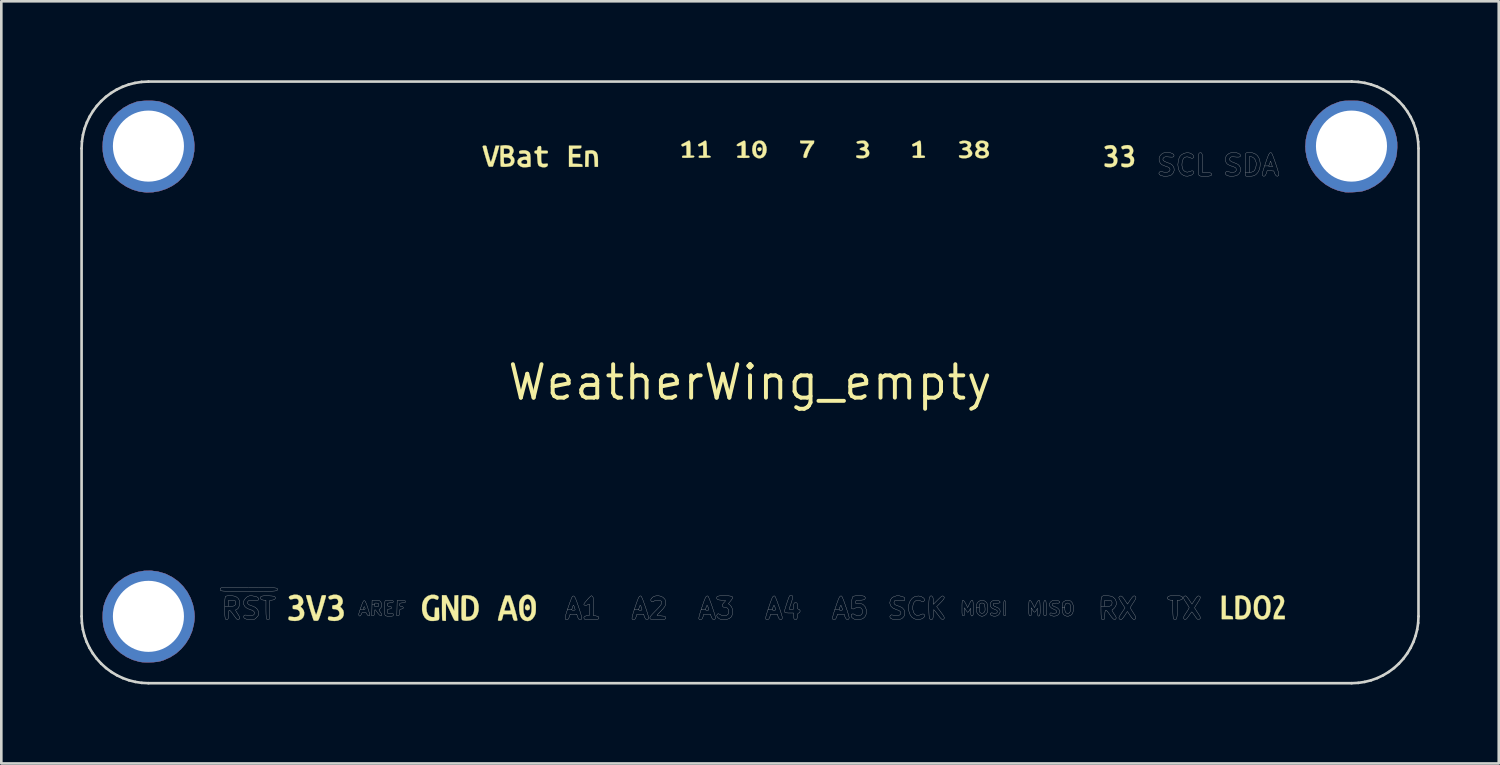
<source format=kicad_pcb>
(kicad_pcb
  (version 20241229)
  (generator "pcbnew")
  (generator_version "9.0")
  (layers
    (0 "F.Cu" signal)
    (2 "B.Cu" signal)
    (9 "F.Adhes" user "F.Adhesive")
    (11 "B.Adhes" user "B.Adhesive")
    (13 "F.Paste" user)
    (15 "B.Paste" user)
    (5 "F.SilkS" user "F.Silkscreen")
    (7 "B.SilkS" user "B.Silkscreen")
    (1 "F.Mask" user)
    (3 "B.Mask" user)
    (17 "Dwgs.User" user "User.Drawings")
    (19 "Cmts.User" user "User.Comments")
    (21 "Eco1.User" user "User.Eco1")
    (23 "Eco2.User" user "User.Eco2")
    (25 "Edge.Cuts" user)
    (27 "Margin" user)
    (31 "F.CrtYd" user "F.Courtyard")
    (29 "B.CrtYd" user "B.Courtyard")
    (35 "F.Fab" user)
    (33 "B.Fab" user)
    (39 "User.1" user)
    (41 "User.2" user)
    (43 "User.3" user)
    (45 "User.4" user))
  (footprint "WeatherWing_empty"
    (layer "F.Cu")
    (at 25.45 11.48)
    (property "Reference" "WeatherWing_empty" (at 0 0 0) (layer "F.SilkS") (effects (font (size 1.27 1.27) (thickness 0.15))))
    (attr through_hole)
    (fp_poly (pts (xy -22.757 -10.7) (xy -22.61 -10.692) (xy -22.483 -10.677) (xy -22.416 -10.662) (xy -22.161 -10.572) (xy -21.931 -10.451) (xy -21.727 -10.302) (xy -21.551 -10.129) (xy -21.403 -9.936) (xy -21.284 -9.725) (xy -21.195 -9.501) (xy -21.138 -9.266) (xy -21.113 -9.026) (xy -21.121 -8.782) (xy -21.164 -8.54) (xy -21.242 -8.301) (xy -21.358 -8.071) (xy -21.51 -7.852) (xy -21.568 -7.784) (xy -21.749 -7.611) (xy -21.957 -7.468) (xy -22.185 -7.355) (xy -22.428 -7.274) (xy -22.68 -7.229) (xy -22.935 -7.219) (xy -23.186 -7.248) (xy -23.209 -7.253) (xy -23.461 -7.327) (xy -23.696 -7.437) (xy -23.913 -7.579) (xy -24.106 -7.749) (xy -24.272 -7.944) (xy -24.408 -8.16) (xy -24.511 -8.393) (xy -24.574 -8.634) (xy -24.593 -8.788) (xy -24.598 -8.96) (xy -24.598 -8.97) (xy -23.8 -8.97) (xy -23.785 -8.8) (xy -23.741 -8.634) (xy -23.667 -8.479) (xy -23.564 -8.337) (xy -23.432 -8.215) (xy -23.272 -8.116) (xy -23.14 -8.062) (xy -23.062 -8.041) (xy -22.98 -8.03) (xy -22.879 -8.028) (xy -22.815 -8.029) (xy -22.71 -8.035) (xy -22.631 -8.046) (xy -22.562 -8.064) (xy -22.489 -8.094) (xy -22.471 -8.103) (xy -22.304 -8.203) (xy -22.16 -8.333) (xy -22.044 -8.488) (xy -21.961 -8.66) (xy -21.927 -8.78) (xy -21.909 -8.967) (xy -21.929 -9.151) (xy -21.985 -9.328) (xy -22.073 -9.491) (xy -22.189 -9.634) (xy -22.33 -9.752) (xy -22.494 -9.84) (xy -22.568 -9.866) (xy -22.745 -9.902) (xy -22.93 -9.905) (xy -23.107 -9.876) (xy -23.245 -9.828) (xy -23.415 -9.727) (xy -23.554 -9.604) (xy -23.661 -9.461) (xy -23.738 -9.305) (xy -23.784 -9.14) (xy -23.8 -8.97) (xy -24.598 -8.97) (xy -24.591 -9.136) (xy -24.573 -9.298) (xy -24.554 -9.387) (xy -24.47 -9.636) (xy -24.349 -9.869) (xy -24.195 -10.082) (xy -24.012 -10.271) (xy -23.804 -10.432) (xy -23.575 -10.561) (xy -23.329 -10.654) (xy -23.305 -10.661) (xy -23.199 -10.681) (xy -23.064 -10.694) (xy -22.912 -10.701) (xy -22.757 -10.7)) (stroke (width 0.01) (type solid)) (fill yes) (layer "F.Cu"))
    (fp_poly (pts (xy -22.502 7.189) (xy -22.247 7.262) (xy -22.185 7.286) (xy -21.947 7.408) (xy -21.732 7.562) (xy -21.545 7.746) (xy -21.387 7.956) (xy -21.262 8.189) (xy -21.172 8.44) (xy -21.135 8.605) (xy -21.113 8.763) (xy -21.105 8.901) (xy -21.113 9.039) (xy -21.135 9.192) (xy -21.201 9.453) (xy -21.304 9.697) (xy -21.442 9.921) (xy -21.61 10.122) (xy -21.805 10.296) (xy -22.026 10.439) (xy -22.268 10.549) (xy -22.406 10.593) (xy -22.509 10.614) (xy -22.641 10.628) (xy -22.789 10.636) (xy -22.937 10.638) (xy -23.074 10.632) (xy -23.185 10.619) (xy -23.201 10.616) (xy -23.454 10.543) (xy -23.69 10.433) (xy -23.908 10.291) (xy -24.102 10.12) (xy -24.27 9.923) (xy -24.407 9.705) (xy -24.51 9.469) (xy -24.566 9.267) (xy -24.589 9.109) (xy -24.596 8.973) (xy -23.801 8.973) (xy -23.793 9.037) (xy -23.741 9.232) (xy -23.653 9.407) (xy -23.533 9.559) (xy -23.383 9.683) (xy -23.207 9.777) (xy -23.159 9.795) (xy -23.08 9.819) (xy -23.007 9.833) (xy -22.924 9.839) (xy -22.816 9.837) (xy -22.815 9.837) (xy -22.714 9.832) (xy -22.64 9.824) (xy -22.576 9.807) (xy -22.508 9.779) (xy -22.455 9.753) (xy -22.286 9.648) (xy -22.147 9.519) (xy -22.038 9.369) (xy -21.962 9.205) (xy -21.919 9.031) (xy -21.91 8.853) (xy -21.936 8.674) (xy -21.997 8.501) (xy -22.096 8.338) (xy -22.174 8.246) (xy -22.318 8.12) (xy -22.475 8.031) (xy -22.648 7.979) (xy -22.843 7.961) (xy -22.905 7.962) (xy -23.006 7.968) (xy -23.082 7.978) (xy -23.147 7.995) (xy -23.217 8.025) (xy -23.266 8.049) (xy -23.43 8.151) (xy -23.567 8.282) (xy -23.677 8.436) (xy -23.754 8.606) (xy -23.797 8.787) (xy -23.801 8.973) (xy -24.596 8.973) (xy -24.598 8.931) (xy -24.593 8.749) (xy -24.575 8.579) (xy -24.554 8.477) (xy -24.486 8.273) (xy -24.388 8.068) (xy -24.267 7.874) (xy -24.129 7.701) (xy -23.993 7.571) (xy -23.771 7.413) (xy -23.533 7.291) (xy -23.282 7.208) (xy -23.024 7.162) (xy -22.763 7.156) (xy -22.502 7.189)) (stroke (width 0.01) (type solid)) (fill yes) (layer "F.Cu"))
    (fp_poly (pts (xy 22.978 -10.699) (xy 23.075 -10.697) (xy 23.149 -10.692) (xy 23.211 -10.683) (xy 23.27 -10.668) (xy 23.338 -10.647) (xy 23.389 -10.629) (xy 23.645 -10.52) (xy 23.876 -10.378) (xy 24.079 -10.207) (xy 24.252 -10.009) (xy 24.393 -9.786) (xy 24.499 -9.542) (xy 24.568 -9.285) (xy 24.588 -9.121) (xy 24.591 -8.937) (xy 24.58 -8.75) (xy 24.554 -8.576) (xy 24.533 -8.491) (xy 24.441 -8.244) (xy 24.312 -8.014) (xy 24.151 -7.805) (xy 23.961 -7.622) (xy 23.747 -7.469) (xy 23.512 -7.347) (xy 23.294 -7.272) (xy 23.22 -7.257) (xy 23.116 -7.245) (xy 22.995 -7.234) (xy 22.869 -7.228) (xy 22.751 -7.225) (xy 22.652 -7.226) (xy 22.595 -7.232) (xy 22.335 -7.294) (xy 22.092 -7.392) (xy 21.869 -7.523) (xy 21.668 -7.683) (xy 21.494 -7.869) (xy 21.348 -8.078) (xy 21.233 -8.306) (xy 21.153 -8.551) (xy 21.11 -8.808) (xy 21.103 -8.961) (xy 21.103 -8.966) (xy 21.907 -8.966) (xy 21.927 -8.766) (xy 21.985 -8.581) (xy 22.079 -8.416) (xy 22.205 -8.273) (xy 22.36 -8.157) (xy 22.544 -8.071) (xy 22.554 -8.067) (xy 22.711 -8.031) (xy 22.883 -8.023) (xy 23.052 -8.043) (xy 23.14 -8.066) (xy 23.321 -8.146) (xy 23.477 -8.259) (xy 23.606 -8.399) (xy 23.703 -8.562) (xy 23.766 -8.744) (xy 23.791 -8.939) (xy 23.791 -8.964) (xy 23.771 -9.165) (xy 23.713 -9.351) (xy 23.618 -9.518) (xy 23.489 -9.663) (xy 23.329 -9.782) (xy 23.241 -9.83) (xy 23.18 -9.858) (xy 23.128 -9.876) (xy 23.075 -9.888) (xy 23.009 -9.893) (xy 22.919 -9.895) (xy 22.849 -9.895) (xy 22.739 -9.895) (xy 22.661 -9.892) (xy 22.602 -9.884) (xy 22.552 -9.87) (xy 22.499 -9.848) (xy 22.455 -9.827) (xy 22.279 -9.718) (xy 22.134 -9.584) (xy 22.023 -9.427) (xy 21.949 -9.25) (xy 21.911 -9.057) (xy 21.907 -8.966) (xy 21.103 -8.966) (xy 21.122 -9.231) (xy 21.178 -9.484) (xy 21.273 -9.72) (xy 21.408 -9.943) (xy 21.583 -10.154) (xy 21.621 -10.194) (xy 21.777 -10.338) (xy 21.932 -10.452) (xy 22.097 -10.544) (xy 22.286 -10.621) (xy 22.31 -10.629) (xy 22.387 -10.656) (xy 22.451 -10.674) (xy 22.51 -10.687) (xy 22.575 -10.694) (xy 22.656 -10.698) (xy 22.763 -10.699) (xy 22.849 -10.699) (xy 22.978 -10.699)) (stroke (width 0.01) (type solid)) (fill yes) (layer "F.Cu"))
    (fp_poly (pts (xy -22.757 -10.7) (xy -22.61 -10.692) (xy -22.483 -10.677) (xy -22.416 -10.662) (xy -22.161 -10.572) (xy -21.931 -10.451) (xy -21.727 -10.302) (xy -21.551 -10.129) (xy -21.403 -9.936) (xy -21.284 -9.725) (xy -21.195 -9.501) (xy -21.138 -9.266) (xy -21.113 -9.026) (xy -21.121 -8.782) (xy -21.164 -8.54) (xy -21.242 -8.301) (xy -21.358 -8.071) (xy -21.51 -7.852) (xy -21.568 -7.784) (xy -21.749 -7.611) (xy -21.957 -7.468) (xy -22.185 -7.355) (xy -22.428 -7.274) (xy -22.68 -7.229) (xy -22.935 -7.219) (xy -23.186 -7.248) (xy -23.209 -7.253) (xy -23.461 -7.327) (xy -23.696 -7.437) (xy -23.913 -7.579) (xy -24.106 -7.749) (xy -24.272 -7.944) (xy -24.408 -8.16) (xy -24.511 -8.393) (xy -24.574 -8.634) (xy -24.593 -8.788) (xy -24.598 -8.96) (xy -24.598 -8.97) (xy -23.8 -8.97) (xy -23.785 -8.8) (xy -23.741 -8.634) (xy -23.667 -8.479) (xy -23.564 -8.337) (xy -23.432 -8.215) (xy -23.272 -8.116) (xy -23.14 -8.062) (xy -23.062 -8.041) (xy -22.98 -8.03) (xy -22.879 -8.028) (xy -22.815 -8.029) (xy -22.71 -8.035) (xy -22.631 -8.046) (xy -22.562 -8.064) (xy -22.489 -8.094) (xy -22.471 -8.103) (xy -22.304 -8.203) (xy -22.16 -8.333) (xy -22.044 -8.488) (xy -21.961 -8.66) (xy -21.927 -8.78) (xy -21.909 -8.967) (xy -21.929 -9.151) (xy -21.985 -9.328) (xy -22.073 -9.491) (xy -22.189 -9.634) (xy -22.33 -9.752) (xy -22.494 -9.84) (xy -22.568 -9.866) (xy -22.745 -9.902) (xy -22.93 -9.905) (xy -23.107 -9.876) (xy -23.245 -9.828) (xy -23.415 -9.727) (xy -23.554 -9.604) (xy -23.661 -9.461) (xy -23.738 -9.305) (xy -23.784 -9.14) (xy -23.8 -8.97) (xy -24.598 -8.97) (xy -24.591 -9.136) (xy -24.573 -9.298) (xy -24.554 -9.387) (xy -24.47 -9.636) (xy -24.349 -9.869) (xy -24.195 -10.082) (xy -24.012 -10.271) (xy -23.804 -10.432) (xy -23.575 -10.561) (xy -23.329 -10.654) (xy -23.305 -10.661) (xy -23.199 -10.681) (xy -23.064 -10.694) (xy -22.912 -10.701) (xy -22.757 -10.7)) (stroke (width 0.01) (type solid)) (fill yes) (layer "F.Mask"))
    (fp_poly (pts (xy -22.502 7.189) (xy -22.247 7.262) (xy -22.185 7.286) (xy -21.947 7.408) (xy -21.732 7.562) (xy -21.545 7.746) (xy -21.387 7.956) (xy -21.262 8.189) (xy -21.172 8.44) (xy -21.135 8.605) (xy -21.113 8.763) (xy -21.105 8.901) (xy -21.113 9.039) (xy -21.135 9.192) (xy -21.201 9.453) (xy -21.304 9.697) (xy -21.442 9.921) (xy -21.61 10.122) (xy -21.805 10.296) (xy -22.026 10.439) (xy -22.268 10.549) (xy -22.406 10.593) (xy -22.509 10.614) (xy -22.641 10.628) (xy -22.789 10.636) (xy -22.937 10.638) (xy -23.074 10.632) (xy -23.185 10.619) (xy -23.201 10.616) (xy -23.454 10.543) (xy -23.69 10.433) (xy -23.908 10.291) (xy -24.102 10.12) (xy -24.27 9.923) (xy -24.407 9.705) (xy -24.51 9.469) (xy -24.566 9.267) (xy -24.589 9.109) (xy -24.596 8.973) (xy -23.801 8.973) (xy -23.793 9.037) (xy -23.741 9.232) (xy -23.653 9.407) (xy -23.533 9.559) (xy -23.383 9.683) (xy -23.207 9.777) (xy -23.159 9.795) (xy -23.08 9.819) (xy -23.007 9.833) (xy -22.924 9.839) (xy -22.816 9.837) (xy -22.815 9.837) (xy -22.714 9.832) (xy -22.64 9.824) (xy -22.576 9.807) (xy -22.508 9.779) (xy -22.455 9.753) (xy -22.286 9.648) (xy -22.147 9.519) (xy -22.038 9.369) (xy -21.962 9.205) (xy -21.919 9.031) (xy -21.91 8.853) (xy -21.936 8.674) (xy -21.997 8.501) (xy -22.096 8.338) (xy -22.174 8.246) (xy -22.318 8.12) (xy -22.475 8.031) (xy -22.648 7.979) (xy -22.843 7.961) (xy -22.905 7.962) (xy -23.006 7.968) (xy -23.082 7.978) (xy -23.147 7.995) (xy -23.217 8.025) (xy -23.266 8.049) (xy -23.43 8.151) (xy -23.567 8.282) (xy -23.677 8.436) (xy -23.754 8.606) (xy -23.797 8.787) (xy -23.801 8.973) (xy -24.596 8.973) (xy -24.598 8.931) (xy -24.593 8.749) (xy -24.575 8.579) (xy -24.554 8.477) (xy -24.486 8.273) (xy -24.388 8.068) (xy -24.267 7.874) (xy -24.129 7.701) (xy -23.993 7.571) (xy -23.771 7.413) (xy -23.533 7.291) (xy -23.282 7.208) (xy -23.024 7.162) (xy -22.763 7.156) (xy -22.502 7.189)) (stroke (width 0.01) (type solid)) (fill yes) (layer "F.Mask"))
    (fp_poly (pts (xy 22.978 -10.699) (xy 23.075 -10.697) (xy 23.149 -10.692) (xy 23.211 -10.683) (xy 23.27 -10.668) (xy 23.338 -10.647) (xy 23.389 -10.629) (xy 23.645 -10.52) (xy 23.876 -10.378) (xy 24.079 -10.207) (xy 24.252 -10.009) (xy 24.393 -9.786) (xy 24.499 -9.542) (xy 24.568 -9.285) (xy 24.588 -9.121) (xy 24.591 -8.937) (xy 24.58 -8.75) (xy 24.554 -8.576) (xy 24.533 -8.491) (xy 24.441 -8.244) (xy 24.312 -8.014) (xy 24.151 -7.805) (xy 23.961 -7.622) (xy 23.747 -7.469) (xy 23.512 -7.347) (xy 23.294 -7.272) (xy 23.22 -7.257) (xy 23.116 -7.245) (xy 22.995 -7.234) (xy 22.869 -7.228) (xy 22.751 -7.225) (xy 22.652 -7.226) (xy 22.595 -7.232) (xy 22.335 -7.294) (xy 22.092 -7.392) (xy 21.869 -7.523) (xy 21.668 -7.683) (xy 21.494 -7.869) (xy 21.348 -8.078) (xy 21.233 -8.306) (xy 21.153 -8.551) (xy 21.11 -8.808) (xy 21.103 -8.961) (xy 21.103 -8.966) (xy 21.907 -8.966) (xy 21.927 -8.766) (xy 21.985 -8.581) (xy 22.079 -8.416) (xy 22.205 -8.273) (xy 22.36 -8.157) (xy 22.544 -8.071) (xy 22.554 -8.067) (xy 22.711 -8.031) (xy 22.883 -8.023) (xy 23.052 -8.043) (xy 23.14 -8.066) (xy 23.321 -8.146) (xy 23.477 -8.259) (xy 23.606 -8.399) (xy 23.703 -8.562) (xy 23.766 -8.744) (xy 23.791 -8.939) (xy 23.791 -8.964) (xy 23.771 -9.165) (xy 23.713 -9.351) (xy 23.618 -9.518) (xy 23.489 -9.663) (xy 23.329 -9.782) (xy 23.241 -9.83) (xy 23.18 -9.858) (xy 23.128 -9.876) (xy 23.075 -9.888) (xy 23.009 -9.893) (xy 22.919 -9.895) (xy 22.849 -9.895) (xy 22.739 -9.895) (xy 22.661 -9.892) (xy 22.602 -9.884) (xy 22.552 -9.87) (xy 22.499 -9.848) (xy 22.455 -9.827) (xy 22.279 -9.718) (xy 22.134 -9.584) (xy 22.023 -9.427) (xy 21.949 -9.25) (xy 21.911 -9.057) (xy 21.907 -8.966) (xy 21.103 -8.966) (xy 21.122 -9.231) (xy 21.178 -9.484) (xy 21.273 -9.72) (xy 21.408 -9.943) (xy 21.583 -10.154) (xy 21.621 -10.194) (xy 21.777 -10.338) (xy 21.932 -10.452) (xy 22.097 -10.544) (xy 22.286 -10.621) (xy 22.31 -10.629) (xy 22.387 -10.656) (xy 22.451 -10.674) (xy 22.51 -10.687) (xy 22.575 -10.694) (xy 22.656 -10.698) (xy 22.763 -10.699) (xy 22.849 -10.699) (xy 22.978 -10.699)) (stroke (width 0.01) (type solid)) (fill yes) (layer "F.Mask"))
    (fp_poly (pts (xy -22.757 -10.7) (xy -22.61 -10.692) (xy -22.483 -10.677) (xy -22.416 -10.662) (xy -22.161 -10.572) (xy -21.931 -10.451) (xy -21.727 -10.302) (xy -21.551 -10.129) (xy -21.403 -9.936) (xy -21.284 -9.725) (xy -21.195 -9.501) (xy -21.138 -9.266) (xy -21.113 -9.026) (xy -21.121 -8.782) (xy -21.164 -8.54) (xy -21.242 -8.301) (xy -21.358 -8.071) (xy -21.51 -7.852) (xy -21.568 -7.784) (xy -21.749 -7.611) (xy -21.957 -7.468) (xy -22.185 -7.355) (xy -22.428 -7.274) (xy -22.68 -7.229) (xy -22.935 -7.219) (xy -23.186 -7.248) (xy -23.209 -7.253) (xy -23.461 -7.327) (xy -23.696 -7.437) (xy -23.913 -7.579) (xy -24.106 -7.749) (xy -24.272 -7.944) (xy -24.408 -8.16) (xy -24.511 -8.393) (xy -24.574 -8.634) (xy -24.593 -8.788) (xy -24.598 -8.96) (xy -24.598 -8.97) (xy -23.8 -8.97) (xy -23.785 -8.8) (xy -23.741 -8.634) (xy -23.667 -8.479) (xy -23.564 -8.337) (xy -23.432 -8.215) (xy -23.272 -8.116) (xy -23.14 -8.062) (xy -23.062 -8.041) (xy -22.98 -8.03) (xy -22.879 -8.028) (xy -22.815 -8.029) (xy -22.71 -8.035) (xy -22.631 -8.046) (xy -22.562 -8.064) (xy -22.489 -8.094) (xy -22.471 -8.103) (xy -22.304 -8.203) (xy -22.16 -8.333) (xy -22.044 -8.488) (xy -21.961 -8.66) (xy -21.927 -8.78) (xy -21.909 -8.967) (xy -21.929 -9.151) (xy -21.985 -9.328) (xy -22.073 -9.491) (xy -22.189 -9.634) (xy -22.33 -9.752) (xy -22.494 -9.84) (xy -22.568 -9.866) (xy -22.745 -9.902) (xy -22.93 -9.905) (xy -23.107 -9.876) (xy -23.245 -9.828) (xy -23.415 -9.727) (xy -23.554 -9.604) (xy -23.661 -9.461) (xy -23.738 -9.305) (xy -23.784 -9.14) (xy -23.8 -8.97) (xy -24.598 -8.97) (xy -24.591 -9.136) (xy -24.573 -9.298) (xy -24.554 -9.387) (xy -24.47 -9.636) (xy -24.349 -9.869) (xy -24.195 -10.082) (xy -24.012 -10.271) (xy -23.804 -10.432) (xy -23.575 -10.561) (xy -23.329 -10.654) (xy -23.305 -10.661) (xy -23.199 -10.681) (xy -23.064 -10.694) (xy -22.912 -10.701) (xy -22.757 -10.7)) (stroke (width 0.01) (type solid)) (fill yes) (layer "B.Cu"))
    (fp_poly (pts (xy -22.502 7.189) (xy -22.247 7.262) (xy -22.185 7.286) (xy -21.947 7.408) (xy -21.732 7.562) (xy -21.545 7.746) (xy -21.387 7.956) (xy -21.262 8.189) (xy -21.172 8.44) (xy -21.135 8.605) (xy -21.113 8.763) (xy -21.105 8.901) (xy -21.113 9.039) (xy -21.135 9.192) (xy -21.201 9.453) (xy -21.304 9.697) (xy -21.442 9.921) (xy -21.61 10.122) (xy -21.805 10.296) (xy -22.026 10.439) (xy -22.268 10.549) (xy -22.406 10.593) (xy -22.509 10.614) (xy -22.641 10.628) (xy -22.789 10.636) (xy -22.937 10.638) (xy -23.074 10.632) (xy -23.185 10.619) (xy -23.201 10.616) (xy -23.454 10.543) (xy -23.69 10.433) (xy -23.908 10.291) (xy -24.102 10.12) (xy -24.27 9.923) (xy -24.407 9.705) (xy -24.51 9.469) (xy -24.566 9.267) (xy -24.589 9.109) (xy -24.596 8.973) (xy -23.801 8.973) (xy -23.793 9.037) (xy -23.741 9.232) (xy -23.653 9.407) (xy -23.533 9.559) (xy -23.383 9.683) (xy -23.207 9.777) (xy -23.159 9.795) (xy -23.08 9.819) (xy -23.007 9.833) (xy -22.924 9.839) (xy -22.816 9.837) (xy -22.815 9.837) (xy -22.714 9.832) (xy -22.64 9.824) (xy -22.576 9.807) (xy -22.508 9.779) (xy -22.455 9.753) (xy -22.286 9.648) (xy -22.147 9.519) (xy -22.038 9.369) (xy -21.962 9.205) (xy -21.919 9.031) (xy -21.91 8.853) (xy -21.936 8.674) (xy -21.997 8.501) (xy -22.096 8.338) (xy -22.174 8.246) (xy -22.318 8.12) (xy -22.475 8.031) (xy -22.648 7.979) (xy -22.843 7.961) (xy -22.905 7.962) (xy -23.006 7.968) (xy -23.082 7.978) (xy -23.147 7.995) (xy -23.217 8.025) (xy -23.266 8.049) (xy -23.43 8.151) (xy -23.567 8.282) (xy -23.677 8.436) (xy -23.754 8.606) (xy -23.797 8.787) (xy -23.801 8.973) (xy -24.596 8.973) (xy -24.598 8.931) (xy -24.593 8.749) (xy -24.575 8.579) (xy -24.554 8.477) (xy -24.486 8.273) (xy -24.388 8.068) (xy -24.267 7.874) (xy -24.129 7.701) (xy -23.993 7.571) (xy -23.771 7.413) (xy -23.533 7.291) (xy -23.282 7.208) (xy -23.024 7.162) (xy -22.763 7.156) (xy -22.502 7.189)) (stroke (width 0.01) (type solid)) (fill yes) (layer "B.Cu"))
    (fp_poly (pts (xy 22.978 -10.699) (xy 23.075 -10.697) (xy 23.149 -10.692) (xy 23.211 -10.683) (xy 23.27 -10.668) (xy 23.338 -10.647) (xy 23.389 -10.629) (xy 23.645 -10.52) (xy 23.876 -10.378) (xy 24.079 -10.207) (xy 24.252 -10.009) (xy 24.393 -9.786) (xy 24.499 -9.542) (xy 24.568 -9.285) (xy 24.588 -9.121) (xy 24.591 -8.937) (xy 24.58 -8.75) (xy 24.554 -8.576) (xy 24.533 -8.491) (xy 24.441 -8.244) (xy 24.312 -8.014) (xy 24.151 -7.805) (xy 23.961 -7.622) (xy 23.747 -7.469) (xy 23.512 -7.347) (xy 23.294 -7.272) (xy 23.22 -7.257) (xy 23.116 -7.245) (xy 22.995 -7.234) (xy 22.869 -7.228) (xy 22.751 -7.225) (xy 22.652 -7.226) (xy 22.595 -7.232) (xy 22.335 -7.294) (xy 22.092 -7.392) (xy 21.869 -7.523) (xy 21.668 -7.683) (xy 21.494 -7.869) (xy 21.348 -8.078) (xy 21.233 -8.306) (xy 21.153 -8.551) (xy 21.11 -8.808) (xy 21.103 -8.961) (xy 21.103 -8.966) (xy 21.907 -8.966) (xy 21.927 -8.766) (xy 21.985 -8.581) (xy 22.079 -8.416) (xy 22.205 -8.273) (xy 22.36 -8.157) (xy 22.544 -8.071) (xy 22.554 -8.067) (xy 22.711 -8.031) (xy 22.883 -8.023) (xy 23.052 -8.043) (xy 23.14 -8.066) (xy 23.321 -8.146) (xy 23.477 -8.259) (xy 23.606 -8.399) (xy 23.703 -8.562) (xy 23.766 -8.744) (xy 23.791 -8.939) (xy 23.791 -8.964) (xy 23.771 -9.165) (xy 23.713 -9.351) (xy 23.618 -9.518) (xy 23.489 -9.663) (xy 23.329 -9.782) (xy 23.241 -9.83) (xy 23.18 -9.858) (xy 23.128 -9.876) (xy 23.075 -9.888) (xy 23.009 -9.893) (xy 22.919 -9.895) (xy 22.849 -9.895) (xy 22.739 -9.895) (xy 22.661 -9.892) (xy 22.602 -9.884) (xy 22.552 -9.87) (xy 22.499 -9.848) (xy 22.455 -9.827) (xy 22.279 -9.718) (xy 22.134 -9.584) (xy 22.023 -9.427) (xy 21.949 -9.25) (xy 21.911 -9.057) (xy 21.907 -8.966) (xy 21.103 -8.966) (xy 21.122 -9.231) (xy 21.178 -9.484) (xy 21.273 -9.72) (xy 21.408 -9.943) (xy 21.583 -10.154) (xy 21.621 -10.194) (xy 21.777 -10.338) (xy 21.932 -10.452) (xy 22.097 -10.544) (xy 22.286 -10.621) (xy 22.31 -10.629) (xy 22.387 -10.656) (xy 22.451 -10.674) (xy 22.51 -10.687) (xy 22.575 -10.694) (xy 22.656 -10.698) (xy 22.763 -10.699) (xy 22.849 -10.699) (xy 22.978 -10.699)) (stroke (width 0.01) (type solid)) (fill yes) (layer "B.Cu"))
    (fp_poly (pts (xy -22.757 -10.7) (xy -22.61 -10.692) (xy -22.483 -10.677) (xy -22.416 -10.662) (xy -22.161 -10.572) (xy -21.931 -10.451) (xy -21.727 -10.302) (xy -21.551 -10.129) (xy -21.403 -9.936) (xy -21.284 -9.725) (xy -21.195 -9.501) (xy -21.138 -9.266) (xy -21.113 -9.026) (xy -21.121 -8.782) (xy -21.164 -8.54) (xy -21.242 -8.301) (xy -21.358 -8.071) (xy -21.51 -7.852) (xy -21.568 -7.784) (xy -21.749 -7.611) (xy -21.957 -7.468) (xy -22.185 -7.355) (xy -22.428 -7.274) (xy -22.68 -7.229) (xy -22.935 -7.219) (xy -23.186 -7.248) (xy -23.209 -7.253) (xy -23.461 -7.327) (xy -23.696 -7.437) (xy -23.913 -7.579) (xy -24.106 -7.749) (xy -24.272 -7.944) (xy -24.408 -8.16) (xy -24.511 -8.393) (xy -24.574 -8.634) (xy -24.593 -8.788) (xy -24.598 -8.96) (xy -24.598 -8.97) (xy -23.8 -8.97) (xy -23.785 -8.8) (xy -23.741 -8.634) (xy -23.667 -8.479) (xy -23.564 -8.337) (xy -23.432 -8.215) (xy -23.272 -8.116) (xy -23.14 -8.062) (xy -23.062 -8.041) (xy -22.98 -8.03) (xy -22.879 -8.028) (xy -22.815 -8.029) (xy -22.71 -8.035) (xy -22.631 -8.046) (xy -22.562 -8.064) (xy -22.489 -8.094) (xy -22.471 -8.103) (xy -22.304 -8.203) (xy -22.16 -8.333) (xy -22.044 -8.488) (xy -21.961 -8.66) (xy -21.927 -8.78) (xy -21.909 -8.967) (xy -21.929 -9.151) (xy -21.985 -9.328) (xy -22.073 -9.491) (xy -22.189 -9.634) (xy -22.33 -9.752) (xy -22.494 -9.84) (xy -22.568 -9.866) (xy -22.745 -9.902) (xy -22.93 -9.905) (xy -23.107 -9.876) (xy -23.245 -9.828) (xy -23.415 -9.727) (xy -23.554 -9.604) (xy -23.661 -9.461) (xy -23.738 -9.305) (xy -23.784 -9.14) (xy -23.8 -8.97) (xy -24.598 -8.97) (xy -24.591 -9.136) (xy -24.573 -9.298) (xy -24.554 -9.387) (xy -24.47 -9.636) (xy -24.349 -9.869) (xy -24.195 -10.082) (xy -24.012 -10.271) (xy -23.804 -10.432) (xy -23.575 -10.561) (xy -23.329 -10.654) (xy -23.305 -10.661) (xy -23.199 -10.681) (xy -23.064 -10.694) (xy -22.912 -10.701) (xy -22.757 -10.7)) (stroke (width 0.01) (type solid)) (fill yes) (layer "B.Mask"))
    (fp_poly (pts (xy -22.502 7.189) (xy -22.247 7.262) (xy -22.185 7.286) (xy -21.947 7.408) (xy -21.732 7.562) (xy -21.545 7.746) (xy -21.387 7.956) (xy -21.262 8.189) (xy -21.172 8.44) (xy -21.135 8.605) (xy -21.113 8.763) (xy -21.105 8.901) (xy -21.113 9.039) (xy -21.135 9.192) (xy -21.201 9.453) (xy -21.304 9.697) (xy -21.442 9.921) (xy -21.61 10.122) (xy -21.805 10.296) (xy -22.026 10.439) (xy -22.268 10.549) (xy -22.406 10.593) (xy -22.509 10.614) (xy -22.641 10.628) (xy -22.789 10.636) (xy -22.937 10.638) (xy -23.074 10.632) (xy -23.185 10.619) (xy -23.201 10.616) (xy -23.454 10.543) (xy -23.69 10.433) (xy -23.908 10.291) (xy -24.102 10.12) (xy -24.27 9.923) (xy -24.407 9.705) (xy -24.51 9.469) (xy -24.566 9.267) (xy -24.589 9.109) (xy -24.596 8.973) (xy -23.801 8.973) (xy -23.793 9.037) (xy -23.741 9.232) (xy -23.653 9.407) (xy -23.533 9.559) (xy -23.383 9.683) (xy -23.207 9.777) (xy -23.159 9.795) (xy -23.08 9.819) (xy -23.007 9.833) (xy -22.924 9.839) (xy -22.816 9.837) (xy -22.815 9.837) (xy -22.714 9.832) (xy -22.64 9.824) (xy -22.576 9.807) (xy -22.508 9.779) (xy -22.455 9.753) (xy -22.286 9.648) (xy -22.147 9.519) (xy -22.038 9.369) (xy -21.962 9.205) (xy -21.919 9.031) (xy -21.91 8.853) (xy -21.936 8.674) (xy -21.997 8.501) (xy -22.096 8.338) (xy -22.174 8.246) (xy -22.318 8.12) (xy -22.475 8.031) (xy -22.648 7.979) (xy -22.843 7.961) (xy -22.905 7.962) (xy -23.006 7.968) (xy -23.082 7.978) (xy -23.147 7.995) (xy -23.217 8.025) (xy -23.266 8.049) (xy -23.43 8.151) (xy -23.567 8.282) (xy -23.677 8.436) (xy -23.754 8.606) (xy -23.797 8.787) (xy -23.801 8.973) (xy -24.596 8.973) (xy -24.598 8.931) (xy -24.593 8.749) (xy -24.575 8.579) (xy -24.554 8.477) (xy -24.486 8.273) (xy -24.388 8.068) (xy -24.267 7.874) (xy -24.129 7.701) (xy -23.993 7.571) (xy -23.771 7.413) (xy -23.533 7.291) (xy -23.282 7.208) (xy -23.024 7.162) (xy -22.763 7.156) (xy -22.502 7.189)) (stroke (width 0.01) (type solid)) (fill yes) (layer "B.Mask"))
    (fp_poly (pts (xy 22.978 -10.699) (xy 23.075 -10.697) (xy 23.149 -10.692) (xy 23.211 -10.683) (xy 23.27 -10.668) (xy 23.338 -10.647) (xy 23.389 -10.629) (xy 23.645 -10.52) (xy 23.876 -10.378) (xy 24.079 -10.207) (xy 24.252 -10.009) (xy 24.393 -9.786) (xy 24.499 -9.542) (xy 24.568 -9.285) (xy 24.588 -9.121) (xy 24.591 -8.937) (xy 24.58 -8.75) (xy 24.554 -8.576) (xy 24.533 -8.491) (xy 24.441 -8.244) (xy 24.312 -8.014) (xy 24.151 -7.805) (xy 23.961 -7.622) (xy 23.747 -7.469) (xy 23.512 -7.347) (xy 23.294 -7.272) (xy 23.22 -7.257) (xy 23.116 -7.245) (xy 22.995 -7.234) (xy 22.869 -7.228) (xy 22.751 -7.225) (xy 22.652 -7.226) (xy 22.595 -7.232) (xy 22.335 -7.294) (xy 22.092 -7.392) (xy 21.869 -7.523) (xy 21.668 -7.683) (xy 21.494 -7.869) (xy 21.348 -8.078) (xy 21.233 -8.306) (xy 21.153 -8.551) (xy 21.11 -8.808) (xy 21.103 -8.961) (xy 21.103 -8.966) (xy 21.907 -8.966) (xy 21.927 -8.766) (xy 21.985 -8.581) (xy 22.079 -8.416) (xy 22.205 -8.273) (xy 22.36 -8.157) (xy 22.544 -8.071) (xy 22.554 -8.067) (xy 22.711 -8.031) (xy 22.883 -8.023) (xy 23.052 -8.043) (xy 23.14 -8.066) (xy 23.321 -8.146) (xy 23.477 -8.259) (xy 23.606 -8.399) (xy 23.703 -8.562) (xy 23.766 -8.744) (xy 23.791 -8.939) (xy 23.791 -8.964) (xy 23.771 -9.165) (xy 23.713 -9.351) (xy 23.618 -9.518) (xy 23.489 -9.663) (xy 23.329 -9.782) (xy 23.241 -9.83) (xy 23.18 -9.858) (xy 23.128 -9.876) (xy 23.075 -9.888) (xy 23.009 -9.893) (xy 22.919 -9.895) (xy 22.849 -9.895) (xy 22.739 -9.895) (xy 22.661 -9.892) (xy 22.602 -9.884) (xy 22.552 -9.87) (xy 22.499 -9.848) (xy 22.455 -9.827) (xy 22.279 -9.718) (xy 22.134 -9.584) (xy 22.023 -9.427) (xy 21.949 -9.25) (xy 21.911 -9.057) (xy 21.907 -8.966) (xy 21.103 -8.966) (xy 21.122 -9.231) (xy 21.178 -9.484) (xy 21.273 -9.72) (xy 21.408 -9.943) (xy 21.583 -10.154) (xy 21.621 -10.194) (xy 21.777 -10.338) (xy 21.932 -10.452) (xy 22.097 -10.544) (xy 22.286 -10.621) (xy 22.31 -10.629) (xy 22.387 -10.656) (xy 22.451 -10.674) (xy 22.51 -10.687) (xy 22.575 -10.694) (xy 22.656 -10.698) (xy 22.763 -10.699) (xy 22.849 -10.699) (xy 22.978 -10.699)) (stroke (width 0.01) (type solid)) (fill yes) (layer "B.Mask"))
    (fp_poly (pts (xy 18.076 8.867) (xy 18.209 8.873) (xy 18.281 8.878) (xy 18.321 8.886) (xy 18.34 8.902) (xy 18.347 8.932) (xy 18.348 8.938) (xy 18.354 8.996) (xy 17.928 8.996) (xy 17.928 8.107) (xy 18.076 8.107) (xy 18.076 8.867)) (stroke (width 0.01) (type solid)) (fill yes) (layer "F.SilkS"))
    (fp_poly (pts (xy 0.404 -8.926) (xy 0.429 -8.903) (xy 0.434 -8.89) (xy 0.434 -8.838) (xy 0.405 -8.8) (xy 0.361 -8.785) (xy 0.314 -8.799) (xy 0.297 -8.815) (xy 0.276 -8.864) (xy 0.292 -8.904) (xy 0.343 -8.927) (xy 0.353 -8.928) (xy 0.404 -8.926)) (stroke (width 0.01) (type solid)) (fill yes) (layer "F.SilkS"))
    (fp_poly (pts (xy -8.429 8.445) (xy -8.415 8.453) (xy -8.378 8.499) (xy -8.364 8.559) (xy -8.375 8.615) (xy -8.383 8.627) (xy -8.429 8.653) (xy -8.485 8.653) (xy -8.526 8.632) (xy -8.55 8.582) (xy -8.546 8.521) (xy -8.517 8.468) (xy -8.505 8.458) (xy -8.464 8.437) (xy -8.429 8.445)) (stroke (width 0.01) (type solid)) (fill yes) (layer "F.SilkS"))
    (fp_poly (pts (xy -6.413 -8.944) (xy -6.416 -8.918) (xy -6.428 -8.902) (xy -6.46 -8.893) (xy -6.519 -8.888) (xy -6.578 -8.886) (xy -6.742 -8.879) (xy -6.748 -8.779) (xy -6.754 -8.678) (xy -6.456 -8.678) (xy -6.456 -8.551) (xy -6.754 -8.551) (xy -6.742 -8.308) (xy -6.556 -8.302) (xy -6.468 -8.298) (xy -6.413 -8.293) (xy -6.384 -8.284) (xy -6.373 -8.269) (xy -6.371 -8.244) (xy -6.371 -8.191) (xy -6.879 -8.191) (xy -6.879 -8.996) (xy -6.413 -8.996) (xy -6.413 -8.944)) (stroke (width 0.01) (type solid)) (fill yes) (layer "F.SilkS"))
    (fp_poly (pts (xy -5.973 -8.815) (xy -5.92 -8.798) (xy -5.863 -8.765) (xy -5.823 -8.718) (xy -5.797 -8.649) (xy -5.783 -8.552) (xy -5.779 -8.42) (xy -5.779 -8.404) (xy -5.779 -8.191) (xy -5.9 -8.191) (xy -5.91 -8.417) (xy -5.918 -8.534) (xy -5.931 -8.615) (xy -5.952 -8.665) (xy -5.986 -8.69) (xy -6.035 -8.697) (xy -6.064 -8.695) (xy -6.128 -8.689) (xy -6.134 -8.44) (xy -6.14 -8.191) (xy -6.266 -8.191) (xy -6.255 -8.795) (xy -6.127 -8.813) (xy -6.039 -8.821) (xy -5.973 -8.815)) (stroke (width 0.01) (type solid)) (fill yes) (layer "F.SilkS"))
    (fp_poly (pts (xy 2.434 -9.135) (xy 2.426 -9.089) (xy 2.411 -9.069) (xy 2.375 -9.033) (xy 2.331 -8.968) (xy 2.283 -8.885) (xy 2.239 -8.796) (xy 2.204 -8.711) (xy 2.19 -8.668) (xy 2.169 -8.595) (xy 2.151 -8.553) (xy 2.13 -8.535) (xy 2.099 -8.53) (xy 2.092 -8.53) (xy 2.048 -8.537) (xy 2.033 -8.563) (xy 2.032 -8.582) (xy 2.043 -8.65) (xy 2.072 -8.741) (xy 2.115 -8.84) (xy 2.166 -8.935) (xy 2.191 -8.975) (xy 2.262 -9.081) (xy 2.083 -9.081) (xy 1.997 -9.081) (xy 1.944 -9.084) (xy 1.917 -9.092) (xy 1.907 -9.108) (xy 1.905 -9.133) (xy 1.905 -9.186) (xy 2.434 -9.186) (xy 2.434 -9.135)) (stroke (width 0.01) (type solid)) (fill yes) (layer "F.SilkS"))
    (fp_poly (pts (xy -11.091 9.059) (xy -11.162 9.059) (xy -11.19 9.058) (xy -11.213 9.051) (xy -11.234 9.031) (xy -11.258 8.993) (xy -11.289 8.931) (xy -11.332 8.839) (xy -11.354 8.789) (xy -11.401 8.684) (xy -11.447 8.586) (xy -11.485 8.506) (xy -11.511 8.452) (xy -11.515 8.445) (xy -11.555 8.371) (xy -11.557 9.059) (xy -11.617 9.059) (xy -11.665 9.055) (xy -11.691 9.045) (xy -11.695 9.021) (xy -11.699 8.96) (xy -11.702 8.87) (xy -11.704 8.756) (xy -11.705 8.625) (xy -11.705 8.558) (xy -11.705 8.086) (xy -11.542 8.086) (xy -11.391 8.385) (xy -11.241 8.684) (xy -11.235 8.39) (xy -11.229 8.096) (xy -11.16 8.09) (xy -11.091 8.083) (xy -11.091 9.059)) (stroke (width 0.01) (type solid)) (fill yes) (layer "F.SilkS"))
    (fp_poly (pts (xy -0.204 -9.18) (xy -0.19 -9.169) (xy -0.18 -9.144) (xy -0.174 -9.1) (xy -0.17 -9.028) (xy -0.169 -8.922) (xy -0.169 -8.891) (xy -0.169 -8.615) (xy -0.095 -8.615) (xy -0.044 -8.61) (xy -0.024 -8.592) (xy -0.021 -8.572) (xy -0.024 -8.554) (xy -0.037 -8.542) (xy -0.067 -8.535) (xy -0.123 -8.531) (xy -0.21 -8.53) (xy -0.254 -8.53) (xy -0.356 -8.531) (xy -0.423 -8.533) (xy -0.462 -8.539) (xy -0.481 -8.549) (xy -0.487 -8.565) (xy -0.487 -8.572) (xy -0.48 -8.6) (xy -0.451 -8.612) (xy -0.402 -8.615) (xy -0.318 -8.615) (xy -0.318 -9.015) (xy -0.381 -8.993) (xy -0.436 -8.98) (xy -0.477 -8.982) (xy -0.506 -9.006) (xy -0.495 -9.038) (xy -0.447 -9.075) (xy -0.407 -9.096) (xy -0.342 -9.128) (xy -0.29 -9.157) (xy -0.273 -9.168) (xy -0.228 -9.183) (xy -0.204 -9.18)) (stroke (width 0.01) (type solid)) (fill yes) (layer "F.SilkS"))
    (fp_poly (pts (xy -9.579 -8.811) (xy -9.61 -8.704) (xy -9.648 -8.579) (xy -9.687 -8.457) (xy -9.701 -8.414) (xy -9.772 -8.202) (xy -9.85 -8.196) (xy -9.903 -8.195) (xy -9.932 -8.213) (xy -9.95 -8.248) (xy -9.967 -8.299) (xy -9.992 -8.376) (xy -10.021 -8.472) (xy -10.053 -8.578) (xy -10.085 -8.685) (xy -10.113 -8.786) (xy -10.137 -8.872) (xy -10.154 -8.935) (xy -10.16 -8.966) (xy -10.16 -8.966) (xy -10.14 -8.989) (xy -10.089 -8.996) (xy -10.04 -8.992) (xy -10.017 -8.97) (xy -10.005 -8.92) (xy -9.995 -8.87) (xy -9.975 -8.79) (xy -9.95 -8.692) (xy -9.924 -8.598) (xy -9.896 -8.495) (xy -9.875 -8.428) (xy -9.861 -8.391) (xy -9.85 -8.381) (xy -9.84 -8.392) (xy -9.83 -8.414) (xy -9.814 -8.459) (xy -9.791 -8.534) (xy -9.764 -8.63) (xy -9.735 -8.735) (xy -9.735 -8.737) (xy -9.667 -8.996) (xy -9.528 -8.996) (xy -9.579 -8.811)) (stroke (width 0.01) (type solid)) (fill yes) (layer "F.SilkS"))
    (fp_poly (pts (xy 6.475 -9.169) (xy 6.489 -9.121) (xy 6.496 -9.041) (xy 6.498 -8.924) (xy 6.498 -8.891) (xy 6.498 -8.615) (xy 6.572 -8.615) (xy 6.623 -8.61) (xy 6.644 -8.592) (xy 6.646 -8.572) (xy 6.644 -8.554) (xy 6.631 -8.542) (xy 6.6 -8.535) (xy 6.545 -8.531) (xy 6.457 -8.53) (xy 6.413 -8.53) (xy 6.312 -8.531) (xy 6.245 -8.533) (xy 6.206 -8.539) (xy 6.187 -8.549) (xy 6.181 -8.565) (xy 6.181 -8.572) (xy 6.188 -8.6) (xy 6.216 -8.612) (xy 6.265 -8.615) (xy 6.35 -8.615) (xy 6.35 -9.015) (xy 6.266 -8.986) (xy 6.213 -8.969) (xy 6.186 -8.969) (xy 6.173 -8.988) (xy 6.169 -8.999) (xy 6.161 -9.035) (xy 6.163 -9.046) (xy 6.185 -9.057) (xy 6.23 -9.079) (xy 6.244 -9.086) (xy 6.31 -9.12) (xy 6.37 -9.155) (xy 6.374 -9.157) (xy 6.42 -9.182) (xy 6.453 -9.188) (xy 6.475 -9.169)) (stroke (width 0.01) (type solid)) (fill yes) (layer "F.SilkS"))
    (fp_poly (pts (xy 20.122 8.086) (xy 20.2 8.119) (xy 20.26 8.18) (xy 20.291 8.268) (xy 20.293 8.278) (xy 20.294 8.341) (xy 20.281 8.405) (xy 20.251 8.479) (xy 20.2 8.571) (xy 20.139 8.667) (xy 20.099 8.733) (xy 20.068 8.792) (xy 20.056 8.821) (xy 20.051 8.847) (xy 20.06 8.861) (xy 20.092 8.867) (xy 20.155 8.869) (xy 20.181 8.869) (xy 20.32 8.869) (xy 20.32 8.996) (xy 19.897 8.996) (xy 19.897 8.933) (xy 19.911 8.844) (xy 19.949 8.737) (xy 20.008 8.622) (xy 20.052 8.554) (xy 20.107 8.466) (xy 20.138 8.398) (xy 20.149 8.335) (xy 20.147 8.284) (xy 20.125 8.234) (xy 20.077 8.213) (xy 20.013 8.224) (xy 19.989 8.236) (xy 19.948 8.251) (xy 19.92 8.237) (xy 19.908 8.222) (xy 19.882 8.184) (xy 19.884 8.159) (xy 19.917 8.134) (xy 19.937 8.122) (xy 20.031 8.086) (xy 20.122 8.086)) (stroke (width 0.01) (type solid)) (fill yes) (layer "F.SilkS"))
    (fp_poly (pts (xy 0.436 -9.181) (xy 0.486 -9.162) (xy 0.529 -9.126) (xy 0.589 -9.042) (xy 0.622 -8.94) (xy 0.63 -8.832) (xy 0.614 -8.727) (xy 0.574 -8.634) (xy 0.511 -8.564) (xy 0.474 -8.541) (xy 0.385 -8.513) (xy 0.301 -8.519) (xy 0.233 -8.546) (xy 0.156 -8.607) (xy 0.106 -8.699) (xy 0.085 -8.817) (xy 0.085 -8.843) (xy 0.089 -8.884) (xy 0.221 -8.884) (xy 0.226 -8.787) (xy 0.247 -8.7) (xy 0.277 -8.645) (xy 0.321 -8.62) (xy 0.378 -8.617) (xy 0.415 -8.631) (xy 0.458 -8.685) (xy 0.481 -8.776) (xy 0.487 -8.868) (xy 0.484 -8.946) (xy 0.473 -8.996) (xy 0.449 -9.035) (xy 0.434 -9.051) (xy 0.374 -9.088) (xy 0.314 -9.085) (xy 0.261 -9.04) (xy 0.232 -8.973) (xy 0.221 -8.884) (xy 0.089 -8.884) (xy 0.099 -8.974) (xy 0.14 -9.075) (xy 0.208 -9.145) (xy 0.302 -9.181) (xy 0.364 -9.186) (xy 0.436 -9.181)) (stroke (width 0.01) (type solid)) (fill yes) (layer "F.SilkS"))
    (fp_poly (pts (xy 18.809 8.126) (xy 18.904 8.188) (xy 18.972 8.282) (xy 18.997 8.345) (xy 19.025 8.492) (xy 19.025 8.633) (xy 18.997 8.76) (xy 18.943 8.867) (xy 18.865 8.947) (xy 18.828 8.97) (xy 18.763 8.991) (xy 18.675 9.003) (xy 18.584 9.005) (xy 18.521 8.999) (xy 18.447 8.985) (xy 18.447 8.553) (xy 18.584 8.553) (xy 18.584 8.869) (xy 18.667 8.869) (xy 18.737 8.859) (xy 18.793 8.833) (xy 18.794 8.832) (xy 18.834 8.776) (xy 18.862 8.691) (xy 18.875 8.589) (xy 18.872 8.482) (xy 18.864 8.433) (xy 18.847 8.362) (xy 18.827 8.306) (xy 18.815 8.285) (xy 18.78 8.26) (xy 18.723 8.238) (xy 18.663 8.223) (xy 18.616 8.22) (xy 18.605 8.224) (xy 18.597 8.249) (xy 18.591 8.31) (xy 18.587 8.4) (xy 18.584 8.513) (xy 18.584 8.553) (xy 18.447 8.553) (xy 18.447 8.118) (xy 18.556 8.1) (xy 18.692 8.096) (xy 18.809 8.126)) (stroke (width 0.01) (type solid)) (fill yes) (layer "F.SilkS"))
    (fp_poly (pts (xy -1.675 -9.179) (xy -1.66 -9.142) (xy -1.652 -9.074) (xy -1.648 -8.971) (xy -1.646 -8.906) (xy -1.64 -8.625) (xy -1.566 -8.615) (xy -1.511 -8.598) (xy -1.492 -8.572) (xy -1.5 -8.558) (xy -1.526 -8.548) (xy -1.578 -8.541) (xy -1.662 -8.537) (xy -1.72 -8.535) (xy -1.82 -8.533) (xy -1.886 -8.533) (xy -1.924 -8.538) (xy -1.942 -8.547) (xy -1.947 -8.563) (xy -1.947 -8.572) (xy -1.94 -8.6) (xy -1.912 -8.612) (xy -1.863 -8.615) (xy -1.778 -8.615) (xy -1.778 -8.816) (xy -1.779 -8.902) (xy -1.781 -8.97) (xy -1.784 -9.01) (xy -1.786 -9.017) (xy -1.809 -9.01) (xy -1.855 -8.991) (xy -1.866 -8.987) (xy -1.916 -8.969) (xy -1.943 -8.971) (xy -1.963 -8.995) (xy -1.964 -8.997) (xy -1.976 -9.025) (xy -1.962 -9.046) (xy -1.915 -9.069) (xy -1.914 -9.069) (xy -1.845 -9.103) (xy -1.781 -9.142) (xy -1.779 -9.143) (xy -1.731 -9.175) (xy -1.697 -9.188) (xy -1.675 -9.179)) (stroke (width 0.01) (type solid)) (fill yes) (layer "F.SilkS"))
    (fp_poly (pts (xy -11.988 8.071) (xy -11.906 8.095) (xy -11.85 8.13) (xy -11.834 8.175) (xy -11.853 8.234) (xy -11.872 8.26) (xy -11.898 8.259) (xy -11.933 8.243) (xy -12.03 8.211) (xy -12.117 8.217) (xy -12.191 8.259) (xy -12.248 8.334) (xy -12.284 8.439) (xy -12.298 8.57) (xy -12.298 8.574) (xy -12.285 8.707) (xy -12.249 8.81) (xy -12.189 8.88) (xy -12.108 8.915) (xy -12.071 8.919) (xy -11.991 8.922) (xy -11.98 8.742) (xy -11.97 8.562) (xy -11.822 8.562) (xy -11.816 8.79) (xy -11.813 8.89) (xy -11.814 8.957) (xy -11.819 8.997) (xy -11.829 9.019) (xy -11.846 9.031) (xy -11.858 9.035) (xy -11.942 9.056) (xy -12.042 9.066) (xy -12.135 9.064) (xy -12.168 9.059) (xy -12.276 9.014) (xy -12.361 8.935) (xy -12.422 8.824) (xy -12.457 8.685) (xy -12.462 8.627) (xy -12.459 8.459) (xy -12.424 8.32) (xy -12.359 8.209) (xy -12.263 8.127) (xy -12.235 8.112) (xy -12.112 8.071) (xy -11.988 8.071)) (stroke (width 0.01) (type solid)) (fill yes) (layer "F.SilkS"))
    (fp_poly (pts (xy -2.288 -9.169) (xy -2.274 -9.121) (xy -2.267 -9.041) (xy -2.265 -8.924) (xy -2.265 -8.891) (xy -2.265 -8.615) (xy -2.189 -8.615) (xy -2.139 -8.611) (xy -2.12 -8.595) (xy -2.121 -8.578) (xy -2.129 -8.561) (xy -2.151 -8.55) (xy -2.195 -8.542) (xy -2.267 -8.538) (xy -2.355 -8.535) (xy -2.455 -8.533) (xy -2.521 -8.533) (xy -2.559 -8.538) (xy -2.577 -8.547) (xy -2.582 -8.563) (xy -2.582 -8.572) (xy -2.575 -8.6) (xy -2.547 -8.612) (xy -2.498 -8.615) (xy -2.413 -8.615) (xy -2.413 -8.816) (xy -2.414 -8.902) (xy -2.416 -8.97) (xy -2.419 -9.01) (xy -2.421 -9.017) (xy -2.444 -9.01) (xy -2.49 -8.991) (xy -2.501 -8.987) (xy -2.551 -8.969) (xy -2.578 -8.971) (xy -2.598 -8.995) (xy -2.599 -8.996) (xy -2.61 -9.023) (xy -2.598 -9.044) (xy -2.555 -9.069) (xy -2.534 -9.078) (xy -2.466 -9.113) (xy -2.404 -9.148) (xy -2.389 -9.157) (xy -2.343 -9.182) (xy -2.31 -9.188) (xy -2.288 -9.169)) (stroke (width 0.01) (type solid)) (fill yes) (layer "F.SilkS"))
    (fp_poly (pts (xy 19.526 8.092) (xy 19.616 8.131) (xy 19.691 8.202) (xy 19.732 8.271) (xy 19.758 8.344) (xy 19.772 8.425) (xy 19.776 8.532) (xy 19.777 8.551) (xy 19.765 8.711) (xy 19.731 8.836) (xy 19.674 8.928) (xy 19.618 8.974) (xy 19.519 9.011) (xy 19.414 9.012) (xy 19.316 8.978) (xy 19.302 8.969) (xy 19.233 8.91) (xy 19.186 8.835) (xy 19.158 8.737) (xy 19.146 8.608) (xy 19.145 8.551) (xy 19.146 8.518) (xy 19.287 8.518) (xy 19.289 8.623) (xy 19.305 8.722) (xy 19.336 8.804) (xy 19.369 8.849) (xy 19.432 8.885) (xy 19.505 8.882) (xy 19.537 8.869) (xy 19.578 8.824) (xy 19.607 8.742) (xy 19.623 8.627) (xy 19.625 8.54) (xy 19.615 8.407) (xy 19.587 8.307) (xy 19.541 8.242) (xy 19.479 8.215) (xy 19.411 8.223) (xy 19.362 8.259) (xy 19.324 8.327) (xy 19.299 8.416) (xy 19.287 8.518) (xy 19.146 8.518) (xy 19.148 8.443) (xy 19.155 8.365) (xy 19.171 8.306) (xy 19.188 8.266) (xy 19.254 8.173) (xy 19.337 8.114) (xy 19.431 8.087) (xy 19.526 8.092)) (stroke (width 0.01) (type solid)) (fill yes) (layer "F.SilkS"))
    (fp_poly (pts (xy -10.618 8.1) (xy -10.499 8.145) (xy -10.41 8.22) (xy -10.35 8.326) (xy -10.317 8.464) (xy -10.313 8.507) (xy -10.316 8.671) (xy -10.351 8.808) (xy -10.414 8.917) (xy -10.507 8.996) (xy -10.627 9.043) (xy -10.773 9.058) (xy -10.774 9.058) (xy -10.844 9.053) (xy -10.904 9.042) (xy -10.917 9.038) (xy -10.933 9.03) (xy -10.944 9.019) (xy -10.953 8.997) (xy -10.959 8.961) (xy -10.962 8.911) (xy -10.795 8.911) (xy -10.713 8.911) (xy -10.629 8.896) (xy -10.577 8.869) (xy -10.523 8.804) (xy -10.491 8.712) (xy -10.479 8.588) (xy -10.481 8.518) (xy -10.487 8.434) (xy -10.497 8.378) (xy -10.516 8.339) (xy -10.548 8.302) (xy -10.552 8.298) (xy -10.64 8.24) (xy -10.705 8.221) (xy -10.795 8.207) (xy -10.795 8.911) (xy -10.962 8.911) (xy -10.962 8.903) (xy -10.964 8.82) (xy -10.964 8.704) (xy -10.964 8.577) (xy -10.963 8.412) (xy -10.961 8.286) (xy -10.956 8.195) (xy -10.949 8.139) (xy -10.94 8.112) (xy -10.939 8.111) (xy -10.904 8.097) (xy -10.838 8.088) (xy -10.766 8.086) (xy -10.618 8.1)) (stroke (width 0.01) (type solid)) (fill yes) (layer "F.SilkS"))
    (fp_poly (pts (xy -8.538 -8.818) (xy -8.448 -8.79) (xy -8.384 -8.74) (xy -8.364 -8.708) (xy -8.354 -8.665) (xy -8.346 -8.592) (xy -8.341 -8.499) (xy -8.34 -8.426) (xy -8.34 -8.197) (xy -8.438 -8.184) (xy -8.538 -8.173) (xy -8.612 -8.173) (xy -8.672 -8.186) (xy -8.721 -8.207) (xy -8.796 -8.263) (xy -8.834 -8.335) (xy -8.832 -8.383) (xy -8.696 -8.383) (xy -8.691 -8.337) (xy -8.657 -8.31) (xy -8.589 -8.299) (xy -8.557 -8.298) (xy -8.5 -8.299) (xy -8.474 -8.311) (xy -8.467 -8.343) (xy -8.467 -8.371) (xy -8.472 -8.424) (xy -8.495 -8.45) (xy -8.519 -8.458) (xy -8.588 -8.461) (xy -8.649 -8.441) (xy -8.689 -8.404) (xy -8.696 -8.383) (xy -8.832 -8.383) (xy -8.831 -8.418) (xy -8.827 -8.434) (xy -8.783 -8.503) (xy -8.706 -8.55) (xy -8.601 -8.571) (xy -8.564 -8.572) (xy -8.495 -8.58) (xy -8.466 -8.602) (xy -8.477 -8.639) (xy -8.502 -8.669) (xy -8.536 -8.69) (xy -8.586 -8.697) (xy -8.649 -8.693) (xy -8.714 -8.688) (xy -8.749 -8.693) (xy -8.765 -8.711) (xy -8.771 -8.727) (xy -8.775 -8.767) (xy -8.757 -8.793) (xy -8.709 -8.809) (xy -8.643 -8.819) (xy -8.538 -8.818)) (stroke (width 0.01) (type solid)) (fill yes) (layer "F.SilkS"))
    (fp_poly (pts (xy 4.362 -9.182) (xy 4.397 -9.168) (xy 4.432 -9.139) (xy 4.444 -9.127) (xy 4.494 -9.062) (xy 4.505 -9.002) (xy 4.477 -8.941) (xy 4.469 -8.93) (xy 4.443 -8.894) (xy 4.446 -8.871) (xy 4.479 -8.842) (xy 4.518 -8.787) (xy 4.531 -8.715) (xy 4.519 -8.643) (xy 4.489 -8.595) (xy 4.414 -8.547) (xy 4.313 -8.52) (xy 4.195 -8.515) (xy 4.096 -8.528) (xy 4.051 -8.544) (xy 4.036 -8.574) (xy 4.04 -8.614) (xy 4.061 -8.622) (xy 4.115 -8.625) (xy 4.187 -8.621) (xy 4.269 -8.617) (xy 4.32 -8.62) (xy 4.353 -8.634) (xy 4.367 -8.645) (xy 4.402 -8.7) (xy 4.397 -8.75) (xy 4.356 -8.79) (xy 4.28 -8.816) (xy 4.255 -8.821) (xy 4.191 -8.838) (xy 4.167 -8.863) (xy 4.183 -8.892) (xy 4.237 -8.919) (xy 4.265 -8.928) (xy 4.324 -8.947) (xy 4.353 -8.969) (xy 4.36 -9.003) (xy 4.36 -9.007) (xy 4.343 -9.057) (xy 4.294 -9.086) (xy 4.222 -9.091) (xy 4.173 -9.081) (xy 4.115 -9.07) (xy 4.079 -9.08) (xy 4.065 -9.091) (xy 4.047 -9.126) (xy 4.07 -9.153) (xy 4.134 -9.172) (xy 4.233 -9.183) (xy 4.312 -9.186) (xy 4.362 -9.182)) (stroke (width 0.01) (type solid)) (fill yes) (layer "F.SilkS"))
    (fp_poly (pts (xy -8.38 8.077) (xy -8.291 8.123) (xy -8.216 8.205) (xy -8.192 8.246) (xy -8.167 8.3) (xy -8.151 8.353) (xy -8.142 8.416) (xy -8.139 8.503) (xy -8.139 8.561) (xy -8.14 8.665) (xy -8.145 8.739) (xy -8.157 8.796) (xy -8.177 8.849) (xy -8.191 8.878) (xy -8.261 8.981) (xy -8.345 9.045) (xy -8.44 9.071) (xy -8.538 9.059) (xy -8.629 9.012) (xy -8.698 8.933) (xy -8.744 8.821) (xy -8.768 8.673) (xy -8.769 8.646) (xy -8.613 8.646) (xy -8.596 8.77) (xy -8.56 8.858) (xy -8.54 8.882) (xy -8.496 8.917) (xy -8.458 8.932) (xy -8.456 8.932) (xy -8.419 8.918) (xy -8.374 8.884) (xy -8.372 8.882) (xy -8.328 8.81) (xy -8.304 8.7) (xy -8.299 8.553) (xy -8.303 8.484) (xy -8.321 8.362) (xy -8.355 8.279) (xy -8.406 8.233) (xy -8.456 8.223) (xy -8.52 8.241) (xy -8.567 8.296) (xy -8.598 8.389) (xy -8.61 8.484) (xy -8.613 8.646) (xy -8.769 8.646) (xy -8.773 8.549) (xy -8.771 8.447) (xy -8.764 8.373) (xy -8.751 8.316) (xy -8.728 8.261) (xy -8.72 8.245) (xy -8.651 8.15) (xy -8.567 8.09) (xy -8.474 8.066) (xy -8.38 8.077)) (stroke (width 0.01) (type solid)) (fill yes) (layer "F.SilkS"))
    (fp_poly (pts (xy -7.947 -8.971) (xy -7.938 -8.928) (xy -7.938 -8.886) (xy -7.938 -8.805) (xy -7.811 -8.805) (xy -7.74 -8.804) (xy -7.702 -8.798) (xy -7.687 -8.783) (xy -7.684 -8.754) (xy -7.684 -8.752) (xy -7.686 -8.723) (xy -7.701 -8.707) (xy -7.738 -8.701) (xy -7.806 -8.7) (xy -7.811 -8.7) (xy -7.938 -8.7) (xy -7.938 -8.522) (xy -7.935 -8.419) (xy -7.924 -8.352) (xy -7.9 -8.315) (xy -7.858 -8.301) (xy -7.794 -8.305) (xy -7.779 -8.307) (xy -7.721 -8.314) (xy -7.693 -8.309) (xy -7.684 -8.288) (xy -7.684 -8.266) (xy -7.702 -8.217) (xy -7.751 -8.185) (xy -7.821 -8.172) (xy -7.904 -8.179) (xy -7.971 -8.201) (xy -8.01 -8.22) (xy -8.036 -8.246) (xy -8.054 -8.286) (xy -8.066 -8.347) (xy -8.075 -8.439) (xy -8.079 -8.502) (xy -8.086 -8.594) (xy -8.093 -8.652) (xy -8.102 -8.684) (xy -8.117 -8.697) (xy -8.14 -8.699) (xy -8.142 -8.7) (xy -8.18 -8.709) (xy -8.191 -8.745) (xy -8.191 -8.752) (xy -8.183 -8.793) (xy -8.148 -8.805) (xy -8.14 -8.805) (xy -8.105 -8.812) (xy -8.088 -8.838) (xy -8.082 -8.883) (xy -8.071 -8.938) (xy -8.046 -8.966) (xy -8.018 -8.976) (xy -7.971 -8.984) (xy -7.947 -8.971)) (stroke (width 0.01) (type solid)) (fill yes) (layer "F.SilkS"))
    (fp_poly (pts (xy 8.258 -9.172) (xy 8.332 -9.146) (xy 8.381 -9.106) (xy 8.39 -9.09) (xy 8.403 -9.013) (xy 8.382 -8.947) (xy 8.363 -8.924) (xy 8.34 -8.899) (xy 8.34 -8.878) (xy 8.366 -8.846) (xy 8.385 -8.827) (xy 8.434 -8.758) (xy 8.445 -8.691) (xy 8.423 -8.629) (xy 8.371 -8.578) (xy 8.296 -8.539) (xy 8.201 -8.517) (xy 8.09 -8.516) (xy 8.012 -8.528) (xy 7.959 -8.551) (xy 7.941 -8.588) (xy 7.94 -8.613) (xy 7.952 -8.626) (xy 7.985 -8.629) (xy 8.049 -8.624) (xy 8.07 -8.622) (xy 8.178 -8.619) (xy 8.25 -8.635) (xy 8.289 -8.67) (xy 8.297 -8.71) (xy 8.278 -8.765) (xy 8.227 -8.806) (xy 8.154 -8.826) (xy 8.134 -8.826) (xy 8.084 -8.832) (xy 8.066 -8.854) (xy 8.065 -8.866) (xy 8.078 -8.897) (xy 8.122 -8.917) (xy 8.144 -8.921) (xy 8.225 -8.945) (xy 8.268 -8.979) (xy 8.273 -9.019) (xy 8.237 -9.062) (xy 8.222 -9.072) (xy 8.181 -9.094) (xy 8.139 -9.096) (xy 8.081 -9.081) (xy 8.024 -9.067) (xy 7.991 -9.069) (xy 7.968 -9.089) (xy 7.964 -9.094) (xy 7.949 -9.124) (xy 7.963 -9.143) (xy 7.995 -9.159) (xy 8.077 -9.181) (xy 8.169 -9.185) (xy 8.258 -9.172)) (stroke (width 0.01) (type solid)) (fill yes) (layer "F.SilkS"))
    (fp_poly (pts (xy -15.617 8.097) (xy -15.542 8.15) (xy -15.506 8.202) (xy -15.476 8.303) (xy -15.485 8.394) (xy -15.524 8.46) (xy -15.576 8.52) (xy -15.511 8.587) (xy -15.457 8.664) (xy -15.438 8.745) (xy -15.444 8.853) (xy -15.486 8.942) (xy -15.56 9.009) (xy -15.661 9.051) (xy -15.786 9.066) (xy -15.904 9.057) (xy -15.982 9.041) (xy -16.024 9.019) (xy -16.038 8.986) (xy -16.032 8.944) (xy -16.019 8.907) (xy -15.996 8.895) (xy -15.949 8.902) (xy -15.941 8.903) (xy -15.817 8.921) (xy -15.718 8.912) (xy -15.647 8.878) (xy -15.607 8.821) (xy -15.6 8.772) (xy -15.619 8.7) (xy -15.671 8.647) (xy -15.749 8.618) (xy -15.793 8.615) (xy -15.846 8.612) (xy -15.869 8.597) (xy -15.875 8.559) (xy -15.875 8.541) (xy -15.872 8.491) (xy -15.853 8.471) (xy -15.808 8.467) (xy -15.806 8.467) (xy -15.721 8.453) (xy -15.667 8.412) (xy -15.646 8.346) (xy -15.646 8.322) (xy -15.666 8.257) (xy -15.714 8.221) (xy -15.791 8.216) (xy -15.87 8.231) (xy -15.931 8.245) (xy -15.966 8.245) (xy -15.989 8.23) (xy -15.996 8.22) (xy -16.02 8.174) (xy -16.01 8.14) (xy -15.963 8.109) (xy -15.938 8.099) (xy -15.824 8.069) (xy -15.714 8.069) (xy -15.617 8.097)) (stroke (width 0.01) (type solid)) (fill yes) (layer "F.SilkS"))
    (fp_poly (pts (xy -17.202 8.071) (xy -17.108 8.105) (xy -17.035 8.167) (xy -16.991 8.254) (xy -16.982 8.301) (xy -16.979 8.369) (xy -16.994 8.417) (xy -17.025 8.458) (xy -17.079 8.52) (xy -17.014 8.587) (xy -16.96 8.664) (xy -16.94 8.745) (xy -16.947 8.853) (xy -16.989 8.942) (xy -17.062 9.009) (xy -17.164 9.051) (xy -17.289 9.066) (xy -17.407 9.057) (xy -17.485 9.041) (xy -17.527 9.019) (xy -17.541 8.986) (xy -17.535 8.944) (xy -17.522 8.907) (xy -17.499 8.895) (xy -17.452 8.902) (xy -17.444 8.903) (xy -17.32 8.921) (xy -17.22 8.912) (xy -17.15 8.878) (xy -17.11 8.821) (xy -17.103 8.772) (xy -17.122 8.7) (xy -17.174 8.647) (xy -17.252 8.618) (xy -17.296 8.615) (xy -17.349 8.612) (xy -17.372 8.597) (xy -17.378 8.559) (xy -17.378 8.541) (xy -17.374 8.491) (xy -17.356 8.471) (xy -17.311 8.467) (xy -17.308 8.467) (xy -17.224 8.453) (xy -17.17 8.412) (xy -17.149 8.346) (xy -17.149 8.322) (xy -17.169 8.257) (xy -17.217 8.221) (xy -17.294 8.216) (xy -17.372 8.231) (xy -17.434 8.245) (xy -17.469 8.245) (xy -17.492 8.23) (xy -17.499 8.22) (xy -17.523 8.175) (xy -17.514 8.141) (xy -17.468 8.111) (xy -17.431 8.095) (xy -17.312 8.066) (xy -17.202 8.071)) (stroke (width 0.01) (type solid)) (fill yes) (layer "F.SilkS"))
    (fp_poly (pts (xy -16.138 8.088) (xy -16.117 8.099) (xy -16.117 8.128) (xy -16.121 8.144) (xy -16.138 8.208) (xy -16.164 8.302) (xy -16.198 8.416) (xy -16.235 8.539) (xy -16.273 8.663) (xy -16.308 8.777) (xy -16.339 8.871) (xy -16.361 8.935) (xy -16.363 8.94) (xy -16.389 9.006) (xy -16.41 9.042) (xy -16.438 9.056) (xy -16.481 9.059) (xy -16.489 9.059) (xy -16.544 9.056) (xy -16.577 9.046) (xy -16.58 9.043) (xy -16.593 9.011) (xy -16.616 8.945) (xy -16.645 8.855) (xy -16.68 8.746) (xy -16.717 8.627) (xy -16.754 8.504) (xy -16.79 8.385) (xy -16.822 8.277) (xy -16.847 8.187) (xy -16.864 8.123) (xy -16.87 8.093) (xy -16.851 8.088) (xy -16.804 8.086) (xy -16.787 8.086) (xy -16.743 8.087) (xy -16.715 8.096) (xy -16.696 8.12) (xy -16.68 8.169) (xy -16.662 8.249) (xy -16.658 8.266) (xy -16.639 8.348) (xy -16.614 8.444) (xy -16.586 8.544) (xy -16.557 8.64) (xy -16.531 8.724) (xy -16.508 8.788) (xy -16.493 8.823) (xy -16.489 8.826) (xy -16.476 8.807) (xy -16.456 8.753) (xy -16.43 8.672) (xy -16.399 8.57) (xy -16.367 8.454) (xy -16.335 8.331) (xy -16.304 8.208) (xy -16.289 8.144) (xy -16.276 8.106) (xy -16.248 8.089) (xy -16.193 8.086) (xy -16.192 8.086) (xy -16.138 8.088)) (stroke (width 0.01) (type solid)) (fill yes) (layer "F.SilkS"))
    (fp_poly (pts (xy 13.778 -9.011) (xy 13.829 -8.987) (xy 13.866 -8.955) (xy 13.914 -8.881) (xy 13.929 -8.797) (xy 13.912 -8.715) (xy 13.888 -8.677) (xy 13.864 -8.643) (xy 13.866 -8.619) (xy 13.897 -8.588) (xy 13.904 -8.581) (xy 13.939 -8.543) (xy 13.956 -8.497) (xy 13.959 -8.428) (xy 13.942 -8.327) (xy 13.892 -8.25) (xy 13.812 -8.199) (xy 13.706 -8.175) (xy 13.578 -8.181) (xy 13.536 -8.189) (xy 13.49 -8.206) (xy 13.474 -8.239) (xy 13.473 -8.266) (xy 13.479 -8.311) (xy 13.5 -8.322) (xy 13.504 -8.321) (xy 13.543 -8.314) (xy 13.606 -8.306) (xy 13.643 -8.303) (xy 13.734 -8.305) (xy 13.791 -8.332) (xy 13.819 -8.386) (xy 13.822 -8.424) (xy 13.807 -8.491) (xy 13.76 -8.535) (xy 13.677 -8.561) (xy 13.674 -8.562) (xy 13.619 -8.575) (xy 13.594 -8.596) (xy 13.589 -8.627) (xy 13.596 -8.664) (xy 13.626 -8.677) (xy 13.652 -8.678) (xy 13.717 -8.693) (xy 13.766 -8.73) (xy 13.795 -8.779) (xy 13.795 -8.83) (xy 13.769 -8.869) (xy 13.727 -8.883) (xy 13.663 -8.885) (xy 13.592 -8.876) (xy 13.545 -8.861) (xy 13.513 -8.863) (xy 13.487 -8.901) (xy 13.474 -8.938) (xy 13.484 -8.961) (xy 13.526 -8.982) (xy 13.535 -8.986) (xy 13.605 -9.006) (xy 13.686 -9.016) (xy 13.706 -9.017) (xy 13.778 -9.011)) (stroke (width 0.01) (type solid)) (fill yes) (layer "F.SilkS"))
    (fp_poly (pts (xy -9.063 8.234) (xy -9.027 8.338) (xy -8.99 8.454) (xy -8.954 8.576) (xy -8.919 8.698) (xy -8.889 8.811) (xy -8.865 8.909) (xy -8.849 8.985) (xy -8.843 9.032) (xy -8.844 9.043) (xy -8.878 9.055) (xy -8.924 9.056) (xy -8.96 9.048) (xy -8.983 9.026) (xy -9.001 8.981) (xy -9.016 8.927) (xy -9.047 8.805) (xy -9.372 8.805) (xy -9.402 8.927) (xy -9.42 8.996) (xy -9.438 9.033) (xy -9.463 9.049) (xy -9.497 9.055) (xy -9.547 9.054) (xy -9.576 9.042) (xy -9.576 9.041) (xy -9.575 9.015) (xy -9.563 8.955) (xy -9.542 8.87) (xy -9.515 8.767) (xy -9.486 8.664) (xy -9.335 8.664) (xy -9.316 8.672) (xy -9.269 8.677) (xy -9.21 8.678) (xy -9.151 8.675) (xy -9.108 8.669) (xy -9.095 8.662) (xy -9.097 8.636) (xy -9.109 8.583) (xy -9.128 8.513) (xy -9.15 8.438) (xy -9.173 8.37) (xy -9.193 8.319) (xy -9.206 8.298) (xy -9.206 8.297) (xy -9.217 8.316) (xy -9.237 8.364) (xy -9.262 8.43) (xy -9.288 8.504) (xy -9.311 8.575) (xy -9.328 8.632) (xy -9.334 8.664) (xy -9.335 8.664) (xy -9.486 8.664) (xy -9.483 8.652) (xy -9.448 8.535) (xy -9.413 8.421) (xy -9.38 8.319) (xy -9.351 8.235) (xy -9.35 8.234) (xy -9.298 8.096) (xy -9.113 8.096) (xy -9.063 8.234)) (stroke (width 0.01) (type solid)) (fill yes) (layer "F.SilkS"))
    (fp_poly (pts (xy 14.413 -9.011) (xy 14.464 -8.987) (xy 14.501 -8.955) (xy 14.549 -8.881) (xy 14.564 -8.797) (xy 14.547 -8.715) (xy 14.523 -8.677) (xy 14.499 -8.643) (xy 14.501 -8.619) (xy 14.532 -8.588) (xy 14.539 -8.581) (xy 14.574 -8.543) (xy 14.591 -8.497) (xy 14.594 -8.428) (xy 14.581 -8.331) (xy 14.538 -8.26) (xy 14.459 -8.207) (xy 14.442 -8.199) (xy 14.35 -8.177) (xy 14.243 -8.175) (xy 14.161 -8.189) (xy 14.121 -8.211) (xy 14.108 -8.255) (xy 14.108 -8.267) (xy 14.114 -8.311) (xy 14.136 -8.322) (xy 14.139 -8.321) (xy 14.178 -8.314) (xy 14.241 -8.306) (xy 14.278 -8.303) (xy 14.369 -8.305) (xy 14.426 -8.332) (xy 14.454 -8.386) (xy 14.457 -8.424) (xy 14.442 -8.491) (xy 14.395 -8.535) (xy 14.312 -8.561) (xy 14.309 -8.562) (xy 14.254 -8.575) (xy 14.229 -8.596) (xy 14.224 -8.627) (xy 14.231 -8.664) (xy 14.261 -8.677) (xy 14.287 -8.678) (xy 14.346 -8.692) (xy 14.399 -8.727) (xy 14.432 -8.771) (xy 14.436 -8.791) (xy 14.418 -8.848) (xy 14.369 -8.881) (xy 14.296 -8.885) (xy 14.234 -8.875) (xy 14.186 -8.863) (xy 14.18 -8.861) (xy 14.148 -8.863) (xy 14.122 -8.901) (xy 14.109 -8.938) (xy 14.119 -8.961) (xy 14.161 -8.982) (xy 14.17 -8.986) (xy 14.24 -9.006) (xy 14.321 -9.016) (xy 14.341 -9.017) (xy 14.413 -9.011)) (stroke (width 0.01) (type solid)) (fill yes) (layer "F.SilkS"))
    (fp_poly (pts (xy -9.175 -9.001) (xy -9.089 -8.975) (xy -9.067 -8.963) (xy -9.029 -8.923) (xy -8.998 -8.866) (xy -8.996 -8.858) (xy -8.983 -8.803) (xy -8.989 -8.756) (xy -9.014 -8.701) (xy -9.056 -8.619) (xy -9.005 -8.571) (xy -8.962 -8.505) (xy -8.95 -8.424) (xy -8.967 -8.342) (xy -9.01 -8.27) (xy -9.071 -8.224) (xy -9.12 -8.21) (xy -9.192 -8.199) (xy -9.275 -8.192) (xy -9.356 -8.19) (xy -9.423 -8.194) (xy -9.464 -8.203) (xy -9.469 -8.206) (xy -9.473 -8.23) (xy -9.477 -8.29) (xy -9.48 -8.379) (xy -9.482 -8.489) (xy -9.482 -8.551) (xy -9.356 -8.551) (xy -9.356 -8.438) (xy -9.353 -8.372) (xy -9.346 -8.324) (xy -9.34 -8.309) (xy -9.305 -8.299) (xy -9.247 -8.301) (xy -9.184 -8.314) (xy -9.131 -8.335) (xy -9.108 -8.352) (xy -9.08 -8.417) (xy -9.091 -8.474) (xy -9.134 -8.519) (xy -9.207 -8.546) (xy -9.265 -8.551) (xy -9.356 -8.551) (xy -9.482 -8.551) (xy -9.483 -8.605) (xy -9.483 -8.89) (xy -9.356 -8.89) (xy -9.356 -8.678) (xy -9.28 -8.678) (xy -9.217 -8.684) (xy -9.166 -8.699) (xy -9.164 -8.7) (xy -9.13 -8.741) (xy -9.123 -8.784) (xy -9.138 -8.842) (xy -9.185 -8.877) (xy -9.267 -8.89) (xy -9.28 -8.89) (xy -9.356 -8.89) (xy -9.483 -8.89) (xy -9.483 -8.991) (xy -9.386 -9.006) (xy -9.279 -9.012) (xy -9.175 -9.001)) (stroke (width 0.01) (type solid)) (fill yes) (layer "F.SilkS"))
    (fp_poly (pts (xy 8.903 -9.176) (xy 8.982 -9.15) (xy 9.034 -9.11) (xy 9.046 -9.09) (xy 9.058 -9.006) (xy 9.033 -8.928) (xy 9.021 -8.911) (xy 8.996 -8.876) (xy 8.998 -8.851) (xy 9.029 -8.817) (xy 9.031 -8.814) (xy 9.074 -8.747) (xy 9.079 -8.675) (xy 9.051 -8.608) (xy 8.992 -8.554) (xy 8.937 -8.531) (xy 8.826 -8.512) (xy 8.719 -8.524) (xy 8.685 -8.532) (xy 8.609 -8.572) (xy 8.565 -8.632) (xy 8.555 -8.703) (xy 8.56 -8.719) (xy 8.68 -8.719) (xy 8.682 -8.672) (xy 8.718 -8.636) (xy 8.785 -8.616) (xy 8.816 -8.615) (xy 8.877 -8.621) (xy 8.921 -8.635) (xy 8.928 -8.64) (xy 8.953 -8.686) (xy 8.945 -8.731) (xy 8.911 -8.768) (xy 8.861 -8.794) (xy 8.803 -8.803) (xy 8.746 -8.79) (xy 8.717 -8.77) (xy 8.68 -8.719) (xy 8.56 -8.719) (xy 8.581 -8.775) (xy 8.605 -8.806) (xy 8.658 -8.861) (xy 8.615 -8.9) (xy 8.577 -8.96) (xy 8.574 -9.03) (xy 8.575 -9.031) (xy 8.703 -9.031) (xy 8.712 -8.98) (xy 8.75 -8.94) (xy 8.804 -8.916) (xy 8.861 -8.913) (xy 8.907 -8.937) (xy 8.932 -8.987) (xy 8.923 -9.041) (xy 8.884 -9.082) (xy 8.879 -9.085) (xy 8.818 -9.097) (xy 8.758 -9.086) (xy 8.715 -9.055) (xy 8.703 -9.031) (xy 8.575 -9.031) (xy 8.606 -9.099) (xy 8.638 -9.132) (xy 8.694 -9.169) (xy 8.759 -9.184) (xy 8.808 -9.186) (xy 8.903 -9.176)) (stroke (width 0.01) (type solid)) (fill yes) (layer "F.SilkS"))
    (fp_poly (pts (xy 9.686 8.293) (xy 9.696 8.316) (xy 9.702 8.362) (xy 9.707 8.437) (xy 9.71 8.547) (xy 9.711 8.578) (xy 9.713 8.694) (xy 9.713 8.774) (xy 9.71 8.825) (xy 9.704 8.853) (xy 9.693 8.866) (xy 9.677 8.869) (xy 9.673 8.869) (xy 9.656 8.867) (xy 9.644 8.857) (xy 9.637 8.833) (xy 9.634 8.787) (xy 9.633 8.713) (xy 9.635 8.605) (xy 9.636 8.578) (xy 9.639 8.459) (xy 9.643 8.377) (xy 9.649 8.325) (xy 9.658 8.297) (xy 9.67 8.287) (xy 9.673 8.287) (xy 9.686 8.293)) (stroke (width 0.01) (type solid)) (fill no) (layer "Dwgs.User"))
    (fp_poly (pts (xy 11.225 8.289) (xy 11.237 8.301) (xy 11.245 8.328) (xy 11.25 8.378) (xy 11.253 8.456) (xy 11.256 8.57) (xy 11.256 8.578) (xy 11.258 8.694) (xy 11.258 8.774) (xy 11.256 8.825) (xy 11.249 8.853) (xy 11.239 8.866) (xy 11.222 8.869) (xy 11.218 8.869) (xy 11.178 8.857) (xy 11.164 8.841) (xy 11.16 8.81) (xy 11.158 8.746) (xy 11.158 8.658) (xy 11.159 8.556) (xy 11.159 8.55) (xy 11.162 8.441) (xy 11.166 8.366) (xy 11.172 8.321) (xy 11.181 8.297) (xy 11.194 8.288) (xy 11.208 8.287) (xy 11.225 8.289)) (stroke (width 0.01) (type solid)) (fill no) (layer "Dwgs.User"))
    (fp_poly (pts (xy -13.169 8.288) (xy -13.122 8.292) (xy -13.099 8.303) (xy -13.092 8.321) (xy -13.092 8.329) (xy -13.098 8.354) (xy -13.122 8.369) (xy -13.176 8.376) (xy -13.203 8.378) (xy -13.267 8.383) (xy -13.3 8.393) (xy -13.312 8.415) (xy -13.314 8.445) (xy -13.308 8.488) (xy -13.282 8.507) (xy -13.245 8.513) (xy -13.195 8.525) (xy -13.177 8.551) (xy -13.176 8.562) (xy -13.188 8.594) (xy -13.228 8.609) (xy -13.244 8.611) (xy -13.282 8.617) (xy -13.303 8.632) (xy -13.313 8.666) (xy -13.318 8.732) (xy -13.318 8.738) (xy -13.324 8.807) (xy -13.334 8.844) (xy -13.354 8.861) (xy -13.373 8.865) (xy -13.421 8.872) (xy -13.415 8.579) (xy -13.409 8.287) (xy -13.25 8.287) (xy -13.169 8.288)) (stroke (width 0.01) (type solid)) (fill no) (layer "Dwgs.User"))
    (fp_poly (pts (xy -18.308 8.111) (xy -18.201 8.115) (xy -18.129 8.121) (xy -18.084 8.129) (xy -18.058 8.142) (xy -18.047 8.154) (xy -18.035 8.203) (xy -18.06 8.242) (xy -18.119 8.267) (xy -18.158 8.272) (xy -18.246 8.279) (xy -18.246 8.635) (xy -18.246 8.768) (xy -18.248 8.864) (xy -18.252 8.93) (xy -18.258 8.972) (xy -18.267 8.994) (xy -18.279 9.004) (xy -18.325 9.016) (xy -18.356 9.003) (xy -18.368 8.992) (xy -18.379 8.963) (xy -18.387 8.9) (xy -18.392 8.801) (xy -18.394 8.663) (xy -18.394 8.621) (xy -18.394 8.276) (xy -18.459 8.276) (xy -18.535 8.265) (xy -18.587 8.236) (xy -18.605 8.193) (xy -18.599 8.157) (xy -18.577 8.133) (xy -18.532 8.118) (xy -18.459 8.111) (xy -18.352 8.11) (xy -18.308 8.111)) (stroke (width 0.01) (type solid)) (fill no) (layer "Dwgs.User"))
    (fp_poly (pts (xy 17.151 -8.718) (xy 17.164 -8.706) (xy 17.174 -8.684) (xy 17.181 -8.646) (xy 17.185 -8.586) (xy 17.187 -8.497) (xy 17.187 -8.373) (xy 17.187 -8.34) (xy 17.187 -7.982) (xy 17.349 -7.975) (xy 17.439 -7.97) (xy 17.496 -7.959) (xy 17.527 -7.942) (xy 17.533 -7.934) (xy 17.543 -7.892) (xy 17.527 -7.865) (xy 17.494 -7.849) (xy 17.429 -7.838) (xy 17.346 -7.831) (xy 17.257 -7.83) (xy 17.172 -7.833) (xy 17.105 -7.842) (xy 17.066 -7.856) (xy 17.065 -7.857) (xy 17.055 -7.883) (xy 17.047 -7.94) (xy 17.042 -8.031) (xy 17.04 -8.159) (xy 17.039 -8.29) (xy 17.039 -8.432) (xy 17.041 -8.538) (xy 17.044 -8.613) (xy 17.048 -8.662) (xy 17.056 -8.693) (xy 17.066 -8.71) (xy 17.077 -8.718) (xy 17.131 -8.726) (xy 17.151 -8.718)) (stroke (width 0.01) (type solid)) (fill no) (layer "Dwgs.User"))
    (fp_poly (pts (xy 16.259 8.108) (xy 16.334 8.113) (xy 16.381 8.122) (xy 16.409 8.136) (xy 16.413 8.14) (xy 16.44 8.174) (xy 16.447 8.191) (xy 16.428 8.23) (xy 16.38 8.261) (xy 16.319 8.276) (xy 16.307 8.276) (xy 16.235 8.276) (xy 16.235 8.606) (xy 16.234 8.75) (xy 16.229 8.858) (xy 16.22 8.933) (xy 16.206 8.981) (xy 16.185 9.007) (xy 16.157 9.017) (xy 16.15 9.017) (xy 16.108 9) (xy 16.087 8.976) (xy 16.079 8.94) (xy 16.073 8.87) (xy 16.068 8.773) (xy 16.066 8.657) (xy 16.066 8.606) (xy 16.066 8.276) (xy 15.993 8.276) (xy 15.93 8.265) (xy 15.879 8.236) (xy 15.854 8.198) (xy 15.854 8.191) (xy 15.867 8.164) (xy 15.887 8.14) (xy 15.912 8.125) (xy 15.955 8.114) (xy 16.023 8.109) (xy 16.125 8.107) (xy 16.15 8.107) (xy 16.259 8.108)) (stroke (width 0.01) (type solid)) (fill no) (layer "Dwgs.User"))
    (fp_poly (pts (xy 16.72 -8.713) (xy 16.808 -8.665) (xy 16.829 -8.645) (xy 16.86 -8.592) (xy 16.857 -8.548) (xy 16.826 -8.521) (xy 16.775 -8.517) (xy 16.721 -8.538) (xy 16.641 -8.567) (xy 16.562 -8.567) (xy 16.497 -8.538) (xy 16.49 -8.531) (xy 16.445 -8.46) (xy 16.418 -8.365) (xy 16.411 -8.259) (xy 16.424 -8.158) (xy 16.458 -8.074) (xy 16.465 -8.065) (xy 16.53 -8.008) (xy 16.611 -7.988) (xy 16.7 -8.008) (xy 16.707 -8.011) (xy 16.784 -8.038) (xy 16.834 -8.033) (xy 16.858 -7.999) (xy 16.859 -7.982) (xy 16.84 -7.928) (xy 16.789 -7.884) (xy 16.716 -7.853) (xy 16.631 -7.837) (xy 16.544 -7.84) (xy 16.477 -7.86) (xy 16.384 -7.925) (xy 16.315 -8.019) (xy 16.272 -8.136) (xy 16.257 -8.27) (xy 16.271 -8.415) (xy 16.287 -8.48) (xy 16.33 -8.58) (xy 16.394 -8.651) (xy 16.488 -8.702) (xy 16.511 -8.71) (xy 16.617 -8.729) (xy 16.72 -8.713)) (stroke (width 0.01) (type solid)) (fill no) (layer "Dwgs.User"))
    (fp_poly (pts (xy 6.505 8.137) (xy 6.589 8.188) (xy 6.602 8.2) (xy 6.633 8.241) (xy 6.635 8.275) (xy 6.626 8.295) (xy 6.587 8.333) (xy 6.534 8.332) (xy 6.489 8.307) (xy 6.439 8.285) (xy 6.377 8.276) (xy 6.297 8.295) (xy 6.237 8.348) (xy 6.198 8.432) (xy 6.182 8.542) (xy 6.186 8.629) (xy 6.212 8.734) (xy 6.261 8.809) (xy 6.327 8.85) (xy 6.407 8.854) (xy 6.477 8.829) (xy 6.552 8.8) (xy 6.604 8.804) (xy 6.634 8.841) (xy 6.635 8.842) (xy 6.633 8.891) (xy 6.598 8.94) (xy 6.536 8.98) (xy 6.503 8.992) (xy 6.408 9.013) (xy 6.329 9.01) (xy 6.245 8.983) (xy 6.232 8.977) (xy 6.149 8.922) (xy 6.087 8.838) (xy 6.044 8.722) (xy 6.031 8.668) (xy 6.021 8.535) (xy 6.041 8.408) (xy 6.089 8.296) (xy 6.161 8.205) (xy 6.253 8.143) (xy 6.293 8.129) (xy 6.402 8.116) (xy 6.505 8.137)) (stroke (width 0.01) (type solid)) (fill no) (layer "Dwgs.User"))
    (fp_poly (pts (xy 9.412 8.284) (xy 9.471 8.307) (xy 9.5 8.339) (xy 9.5 8.363) (xy 9.477 8.381) (xy 9.423 8.391) (xy 9.364 8.393) (xy 9.295 8.394) (xy 9.257 8.4) (xy 9.242 8.416) (xy 9.239 8.442) (xy 9.247 8.475) (xy 9.277 8.502) (xy 9.338 8.53) (xy 9.345 8.532) (xy 9.43 8.571) (xy 9.479 8.615) (xy 9.501 8.672) (xy 9.504 8.712) (xy 9.485 8.785) (xy 9.435 8.841) (xy 9.362 8.877) (xy 9.277 8.887) (xy 9.191 8.868) (xy 9.14 8.835) (xy 9.125 8.798) (xy 9.142 8.769) (xy 9.186 8.758) (xy 9.232 8.767) (xy 9.305 8.781) (xy 9.362 8.769) (xy 9.394 8.734) (xy 9.398 8.711) (xy 9.391 8.678) (xy 9.364 8.654) (xy 9.306 8.63) (xy 9.292 8.625) (xy 9.199 8.582) (xy 9.143 8.524) (xy 9.123 8.449) (xy 9.123 8.44) (xy 9.142 8.366) (xy 9.194 8.311) (xy 9.275 8.281) (xy 9.329 8.276) (xy 9.412 8.284)) (stroke (width 0.01) (type solid)) (fill no) (layer "Dwgs.User"))
    (fp_poly (pts (xy 11.664 8.284) (xy 11.729 8.304) (xy 11.762 8.335) (xy 11.764 8.356) (xy 11.753 8.377) (xy 11.724 8.387) (xy 11.666 8.387) (xy 11.64 8.386) (xy 11.551 8.39) (xy 11.495 8.411) (xy 11.475 8.442) (xy 11.492 8.478) (xy 11.547 8.512) (xy 11.601 8.531) (xy 11.674 8.565) (xy 11.732 8.618) (xy 11.765 8.678) (xy 11.769 8.704) (xy 11.75 8.78) (xy 11.7 8.838) (xy 11.626 8.874) (xy 11.537 8.884) (xy 11.445 8.865) (xy 11.401 8.839) (xy 11.392 8.802) (xy 11.392 8.798) (xy 11.41 8.764) (xy 11.431 8.76) (xy 11.523 8.776) (xy 11.587 8.775) (xy 11.631 8.755) (xy 11.658 8.717) (xy 11.645 8.679) (xy 11.594 8.642) (xy 11.545 8.622) (xy 11.468 8.583) (xy 11.407 8.529) (xy 11.371 8.47) (xy 11.367 8.443) (xy 11.381 8.401) (xy 11.416 8.351) (xy 11.428 8.338) (xy 11.487 8.293) (xy 11.552 8.277) (xy 11.575 8.276) (xy 11.664 8.284)) (stroke (width 0.01) (type solid)) (fill no) (layer "Dwgs.User"))
    (fp_poly (pts (xy 12.174 8.303) (xy 12.199 8.32) (xy 12.251 8.385) (xy 12.283 8.478) (xy 12.293 8.589) (xy 12.288 8.644) (xy 12.271 8.736) (xy 12.246 8.796) (xy 12.206 8.837) (xy 12.171 8.858) (xy 12.091 8.886) (xy 12.016 8.879) (xy 11.991 8.87) (xy 11.934 8.839) (xy 11.896 8.794) (xy 11.874 8.729) (xy 11.865 8.634) (xy 11.864 8.568) (xy 11.864 8.54) (xy 11.959 8.54) (xy 11.961 8.621) (xy 11.972 8.694) (xy 11.992 8.743) (xy 11.994 8.745) (xy 12.048 8.78) (xy 12.108 8.774) (xy 12.136 8.757) (xy 12.162 8.717) (xy 12.179 8.65) (xy 12.186 8.572) (xy 12.182 8.497) (xy 12.166 8.445) (xy 12.125 8.402) (xy 12.069 8.384) (xy 12.015 8.393) (xy 11.987 8.416) (xy 11.968 8.466) (xy 11.959 8.54) (xy 11.864 8.54) (xy 11.865 8.477) (xy 11.869 8.418) (xy 11.878 8.38) (xy 11.896 8.352) (xy 11.923 8.327) (xy 12.002 8.285) (xy 12.09 8.277) (xy 12.174 8.303)) (stroke (width 0.01) (type solid)) (fill no) (layer "Dwgs.User"))
    (fp_poly (pts (xy -14.618 8.324) (xy -14.584 8.399) (xy -14.542 8.515) (xy -14.528 8.559) (xy -14.495 8.66) (xy -14.469 8.747) (xy -14.452 8.812) (xy -14.447 8.847) (xy -14.448 8.85) (xy -14.479 8.871) (xy -14.519 8.86) (xy -14.552 8.822) (xy -14.559 8.805) (xy -14.579 8.764) (xy -14.609 8.746) (xy -14.665 8.742) (xy -14.667 8.742) (xy -14.729 8.748) (xy -14.753 8.766) (xy -14.753 8.771) (xy -14.766 8.808) (xy -14.791 8.847) (xy -14.82 8.878) (xy -14.841 8.877) (xy -14.857 8.86) (xy -14.867 8.841) (xy -14.868 8.812) (xy -14.859 8.765) (xy -14.838 8.695) (xy -14.811 8.615) (xy -14.699 8.615) (xy -14.691 8.633) (xy -14.667 8.636) (xy -14.633 8.621) (xy -14.626 8.599) (xy -14.637 8.55) (xy -14.645 8.533) (xy -14.661 8.524) (xy -14.679 8.552) (xy -14.686 8.57) (xy -14.699 8.615) (xy -14.811 8.615) (xy -14.804 8.594) (xy -14.791 8.556) (xy -14.745 8.429) (xy -14.708 8.342) (xy -14.676 8.296) (xy -14.648 8.29) (xy -14.618 8.324)) (stroke (width 0.01) (type solid)) (fill no) (layer "Dwgs.User"))
    (fp_poly (pts (xy -6.004 8.12) (xy -5.981 8.14) (xy -5.968 8.16) (xy -5.959 8.192) (xy -5.953 8.245) (xy -5.95 8.324) (xy -5.948 8.435) (xy -5.948 8.52) (xy -5.948 8.866) (xy -5.86 8.873) (xy -5.789 8.888) (xy -5.747 8.918) (xy -5.741 8.957) (xy -5.756 8.983) (xy -5.776 8.998) (xy -5.812 9.008) (xy -5.872 9.014) (xy -5.961 9.017) (xy -6.034 9.017) (xy -6.142 9.016) (xy -6.216 9.014) (xy -6.262 9.008) (xy -6.289 8.998) (xy -6.304 8.982) (xy -6.306 8.978) (xy -6.314 8.929) (xy -6.284 8.891) (xy -6.222 8.868) (xy -6.191 8.865) (xy -6.107 8.858) (xy -6.101 8.641) (xy -6.099 8.551) (xy -6.1 8.479) (xy -6.103 8.435) (xy -6.107 8.424) (xy -6.132 8.433) (xy -6.178 8.454) (xy -6.18 8.456) (xy -6.246 8.476) (xy -6.295 8.463) (xy -6.316 8.434) (xy -6.306 8.41) (xy -6.274 8.365) (xy -6.226 8.306) (xy -6.171 8.243) (xy -6.116 8.183) (xy -6.068 8.136) (xy -6.035 8.11) (xy -6.027 8.107) (xy -6.004 8.12)) (stroke (width 0.01) (type solid)) (fill no) (layer "Dwgs.User"))
    (fp_poly (pts (xy 8.897 8.295) (xy 8.955 8.335) (xy 8.994 8.376) (xy 9.016 8.421) (xy 9.028 8.488) (xy 9.031 8.52) (xy 9.034 8.645) (xy 9.016 8.739) (xy 8.974 8.808) (xy 8.933 8.842) (xy 8.876 8.873) (xy 8.824 8.889) (xy 8.816 8.89) (xy 8.768 8.878) (xy 8.71 8.85) (xy 8.699 8.842) (xy 8.641 8.786) (xy 8.607 8.71) (xy 8.596 8.606) (xy 8.598 8.573) (xy 8.71 8.573) (xy 8.712 8.657) (xy 8.72 8.709) (xy 8.736 8.74) (xy 8.751 8.754) (xy 8.805 8.781) (xy 8.853 8.771) (xy 8.892 8.74) (xy 8.917 8.709) (xy 8.929 8.671) (xy 8.931 8.612) (xy 8.928 8.558) (xy 8.918 8.47) (xy 8.898 8.416) (xy 8.864 8.389) (xy 8.816 8.383) (xy 8.765 8.389) (xy 8.733 8.414) (xy 8.716 8.464) (xy 8.71 8.547) (xy 8.71 8.573) (xy 8.598 8.573) (xy 8.6 8.52) (xy 8.611 8.442) (xy 8.628 8.391) (xy 8.661 8.35) (xy 8.677 8.335) (xy 8.754 8.287) (xy 8.816 8.276) (xy 8.897 8.295)) (stroke (width 0.01) (type solid)) (fill no) (layer "Dwgs.User"))
    (fp_poly (pts (xy -19.494 7.792) (xy -19.295 7.793) (xy -19.058 7.794) (xy -19.042 7.794) (xy -18.802 7.796) (xy -18.601 7.797) (xy -18.435 7.799) (xy -18.301 7.801) (xy -18.195 7.803) (xy -18.115 7.806) (xy -18.056 7.81) (xy -18.014 7.815) (xy -17.988 7.82) (xy -17.972 7.827) (xy -17.964 7.835) (xy -17.963 7.835) (xy -17.954 7.877) (xy -17.969 7.904) (xy -17.979 7.912) (xy -17.997 7.918) (xy -18.028 7.923) (xy -18.074 7.928) (xy -18.139 7.931) (xy -18.226 7.933) (xy -18.339 7.935) (xy -18.481 7.936) (xy -18.656 7.937) (xy -18.867 7.937) (xy -19.052 7.938) (xy -19.291 7.937) (xy -19.49 7.937) (xy -19.655 7.937) (xy -19.788 7.935) (xy -19.892 7.934) (xy -19.972 7.931) (xy -20.031 7.928) (xy -20.072 7.924) (xy -20.099 7.919) (xy -20.115 7.912) (xy -20.124 7.904) (xy -20.128 7.898) (xy -20.136 7.849) (xy -20.123 7.824) (xy -20.115 7.816) (xy -20.099 7.809) (xy -20.072 7.804) (xy -20.032 7.8) (xy -19.973 7.797) (xy -19.894 7.794) (xy -19.79 7.793) (xy -19.658 7.792) (xy -19.494 7.792)) (stroke (width 0.01) (type solid)) (fill no) (layer "Dwgs.User"))
    (fp_poly (pts (xy 19.009 -8.736) (xy 19.102 -8.719) (xy 19.187 -8.688) (xy 19.189 -8.687) (xy 19.274 -8.624) (xy 19.334 -8.534) (xy 19.372 -8.426) (xy 19.386 -8.308) (xy 19.378 -8.187) (xy 19.347 -8.073) (xy 19.295 -7.972) (xy 19.221 -7.894) (xy 19.149 -7.854) (xy 19.099 -7.842) (xy 19.029 -7.835) (xy 18.953 -7.832) (xy 18.886 -7.834) (xy 18.841 -7.841) (xy 18.831 -7.846) (xy 18.827 -7.87) (xy 18.823 -7.931) (xy 18.82 -8.02) (xy 18.818 -8.132) (xy 18.817 -8.259) (xy 18.817 -8.279) (xy 18.817 -8.422) (xy 18.818 -8.529) (xy 18.82 -8.572) (xy 18.965 -8.572) (xy 18.965 -7.974) (xy 19.045 -7.987) (xy 19.108 -8.007) (xy 19.157 -8.04) (xy 19.161 -8.045) (xy 19.204 -8.123) (xy 19.229 -8.224) (xy 19.233 -8.33) (xy 19.23 -8.357) (xy 19.201 -8.449) (xy 19.149 -8.52) (xy 19.081 -8.564) (xy 19.03 -8.572) (xy 18.965 -8.572) (xy 18.82 -8.572) (xy 18.82 -8.605) (xy 18.825 -8.656) (xy 18.831 -8.688) (xy 18.841 -8.707) (xy 18.855 -8.718) (xy 18.863 -8.722) (xy 18.924 -8.737) (xy 19.009 -8.736)) (stroke (width 0.01) (type solid)) (fill no) (layer "Dwgs.User"))
    (fp_poly (pts (xy 10.98 8.28) (xy 10.995 8.287) (xy 11.006 8.306) (xy 11.014 8.344) (xy 11.018 8.408) (xy 11.022 8.503) (xy 11.023 8.564) (xy 11.024 8.692) (xy 11.021 8.783) (xy 11.011 8.841) (xy 10.995 8.872) (xy 10.97 8.88) (xy 10.948 8.875) (xy 10.932 8.847) (xy 10.923 8.778) (xy 10.921 8.724) (xy 10.92 8.583) (xy 10.886 8.647) (xy 10.847 8.709) (xy 10.814 8.732) (xy 10.78 8.715) (xy 10.742 8.657) (xy 10.732 8.64) (xy 10.691 8.562) (xy 10.69 8.717) (xy 10.689 8.796) (xy 10.684 8.842) (xy 10.674 8.863) (xy 10.655 8.867) (xy 10.642 8.865) (xy 10.622 8.861) (xy 10.609 8.85) (xy 10.601 8.825) (xy 10.596 8.781) (xy 10.594 8.709) (xy 10.594 8.603) (xy 10.594 8.573) (xy 10.594 8.457) (xy 10.597 8.376) (xy 10.601 8.325) (xy 10.609 8.296) (xy 10.621 8.283) (xy 10.63 8.28) (xy 10.657 8.289) (xy 10.689 8.329) (xy 10.731 8.403) (xy 10.738 8.415) (xy 10.809 8.558) (xy 10.876 8.415) (xy 10.915 8.337) (xy 10.946 8.294) (xy 10.972 8.28) (xy 10.98 8.28)) (stroke (width 0.01) (type solid)) (fill no) (layer "Dwgs.User"))
    (fp_poly (pts (xy 19.813 -8.718) (xy 19.817 -8.715) (xy 19.834 -8.687) (xy 19.86 -8.626) (xy 19.895 -8.538) (xy 19.934 -8.429) (xy 19.976 -8.307) (xy 19.981 -8.292) (xy 20.027 -8.152) (xy 20.06 -8.046) (xy 20.082 -7.97) (xy 20.092 -7.918) (xy 20.094 -7.885) (xy 20.088 -7.865) (xy 20.086 -7.862) (xy 20.043 -7.834) (xy 19.999 -7.844) (xy 19.958 -7.892) (xy 19.937 -7.938) (xy 19.902 -8.033) (xy 19.776 -8.039) (xy 19.651 -8.045) (xy 19.619 -7.944) (xy 19.586 -7.871) (xy 19.546 -7.836) (xy 19.503 -7.839) (xy 19.473 -7.864) (xy 19.464 -7.881) (xy 19.462 -7.907) (xy 19.469 -7.949) (xy 19.485 -8.011) (xy 19.511 -8.099) (xy 19.55 -8.219) (xy 19.552 -8.224) (xy 19.714 -8.224) (xy 19.72 -8.2) (xy 19.745 -8.192) (xy 19.777 -8.191) (xy 19.85 -8.191) (xy 19.816 -8.3) (xy 19.781 -8.408) (xy 19.757 -8.348) (xy 19.727 -8.27) (xy 19.714 -8.224) (xy 19.552 -8.224) (xy 19.577 -8.299) (xy 19.628 -8.451) (xy 19.67 -8.566) (xy 19.704 -8.647) (xy 19.734 -8.7) (xy 19.76 -8.726) (xy 19.786 -8.731) (xy 19.813 -8.718)) (stroke (width 0.01) (type solid)) (fill no) (layer "Dwgs.User"))
    (fp_poly (pts (xy -14.104 8.286) (xy -14.069 8.304) (xy -14.044 8.327) (xy -13.999 8.399) (xy -13.991 8.479) (xy -14.02 8.556) (xy -14.044 8.585) (xy -14.079 8.624) (xy -14.097 8.649) (xy -14.097 8.651) (xy -14.085 8.674) (xy -14.056 8.717) (xy -14.044 8.733) (xy -14.003 8.799) (xy -13.994 8.844) (xy -14.016 8.867) (xy -14.033 8.869) (xy -14.071 8.85) (xy -14.122 8.796) (xy -14.154 8.753) (xy -14.197 8.694) (xy -14.231 8.653) (xy -14.249 8.637) (xy -14.259 8.655) (xy -14.267 8.704) (xy -14.271 8.747) (xy -14.277 8.813) (xy -14.288 8.848) (xy -14.311 8.862) (xy -14.325 8.865) (xy -14.373 8.872) (xy -14.367 8.579) (xy -14.365 8.456) (xy -14.266 8.456) (xy -14.264 8.506) (xy -14.248 8.526) (xy -14.207 8.528) (xy -14.187 8.526) (xy -14.135 8.518) (xy -14.112 8.5) (xy -14.108 8.459) (xy -14.108 8.456) (xy -14.112 8.414) (xy -14.133 8.394) (xy -14.183 8.386) (xy -14.187 8.386) (xy -14.239 8.384) (xy -14.261 8.397) (xy -14.266 8.436) (xy -14.266 8.456) (xy -14.365 8.456) (xy -14.362 8.287) (xy -14.229 8.28) (xy -14.153 8.279) (xy -14.104 8.286)) (stroke (width 0.01) (type solid)) (fill no) (layer "Dwgs.User"))
    (fp_poly (pts (xy -13.704 8.28) (xy -13.626 8.285) (xy -13.582 8.293) (xy -13.562 8.306) (xy -13.557 8.329) (xy -13.557 8.329) (xy -13.563 8.354) (xy -13.588 8.369) (xy -13.642 8.376) (xy -13.668 8.378) (xy -13.733 8.383) (xy -13.766 8.393) (xy -13.778 8.415) (xy -13.78 8.445) (xy -13.775 8.486) (xy -13.753 8.505) (xy -13.702 8.513) (xy -13.7 8.513) (xy -13.646 8.522) (xy -13.624 8.543) (xy -13.621 8.562) (xy -13.63 8.591) (xy -13.664 8.606) (xy -13.701 8.611) (xy -13.754 8.618) (xy -13.775 8.635) (xy -13.777 8.676) (xy -13.775 8.696) (xy -13.769 8.774) (xy -13.658 8.78) (xy -13.591 8.786) (xy -13.558 8.798) (xy -13.547 8.82) (xy -13.547 8.825) (xy -13.563 8.865) (xy -13.58 8.877) (xy -13.632 8.887) (xy -13.705 8.889) (xy -13.778 8.884) (xy -13.835 8.873) (xy -13.848 8.867) (xy -13.864 8.853) (xy -13.875 8.827) (xy -13.881 8.782) (xy -13.884 8.711) (xy -13.885 8.606) (xy -13.885 8.587) (xy -13.884 8.485) (xy -13.88 8.397) (xy -13.874 8.333) (xy -13.867 8.302) (xy -13.867 8.302) (xy -13.839 8.286) (xy -13.778 8.279) (xy -13.704 8.28)) (stroke (width 0.01) (type solid)) (fill no) (layer "Dwgs.User"))
    (fp_poly (pts (xy 8.44 8.28) (xy 8.455 8.287) (xy 8.466 8.306) (xy 8.474 8.344) (xy 8.478 8.408) (xy 8.482 8.503) (xy 8.483 8.564) (xy 8.485 8.686) (xy 8.483 8.771) (xy 8.477 8.826) (xy 8.467 8.857) (xy 8.46 8.865) (xy 8.427 8.878) (xy 8.407 8.864) (xy 8.393 8.831) (xy 8.384 8.77) (xy 8.381 8.711) (xy 8.38 8.583) (xy 8.338 8.664) (xy 8.306 8.711) (xy 8.278 8.736) (xy 8.27 8.736) (xy 8.245 8.714) (xy 8.211 8.668) (xy 8.197 8.645) (xy 8.15 8.562) (xy 8.15 8.717) (xy 8.149 8.796) (xy 8.144 8.842) (xy 8.134 8.863) (xy 8.115 8.867) (xy 8.102 8.865) (xy 8.082 8.861) (xy 8.069 8.85) (xy 8.061 8.825) (xy 8.056 8.781) (xy 8.054 8.709) (xy 8.054 8.603) (xy 8.054 8.573) (xy 8.054 8.457) (xy 8.057 8.376) (xy 8.061 8.325) (xy 8.069 8.296) (xy 8.081 8.283) (xy 8.09 8.28) (xy 8.117 8.289) (xy 8.149 8.329) (xy 8.191 8.403) (xy 8.198 8.415) (xy 8.269 8.558) (xy 8.336 8.415) (xy 8.375 8.337) (xy 8.406 8.294) (xy 8.432 8.28) (xy 8.44 8.28)) (stroke (width 0.01) (type solid)) (fill no) (layer "Dwgs.User"))
    (fp_poly (pts (xy 5.785 8.136) (xy 5.8 8.141) (xy 5.855 8.167) (xy 5.878 8.193) (xy 5.88 8.23) (xy 5.88 8.231) (xy 5.874 8.287) (xy 5.691 8.279) (xy 5.601 8.276) (xy 5.545 8.278) (xy 5.512 8.286) (xy 5.493 8.301) (xy 5.483 8.317) (xy 5.468 8.38) (xy 5.493 8.432) (xy 5.541 8.462) (xy 5.596 8.482) (xy 5.668 8.508) (xy 5.701 8.52) (xy 5.792 8.571) (xy 5.854 8.643) (xy 5.884 8.727) (xy 5.881 8.816) (xy 5.845 8.9) (xy 5.773 8.971) (xy 5.766 8.976) (xy 5.698 9.003) (xy 5.606 9.015) (xy 5.505 9.014) (xy 5.414 8.997) (xy 5.382 8.985) (xy 5.331 8.954) (xy 5.313 8.912) (xy 5.313 8.903) (xy 5.329 8.855) (xy 5.373 8.834) (xy 5.439 8.844) (xy 5.449 8.847) (xy 5.532 8.866) (xy 5.612 8.863) (xy 5.679 8.842) (xy 5.724 8.804) (xy 5.736 8.764) (xy 5.724 8.724) (xy 5.685 8.687) (xy 5.613 8.652) (xy 5.538 8.625) (xy 5.427 8.574) (xy 5.353 8.503) (xy 5.317 8.412) (xy 5.313 8.361) (xy 5.332 8.269) (xy 5.383 8.195) (xy 5.461 8.142) (xy 5.559 8.112) (xy 5.669 8.109) (xy 5.785 8.136)) (stroke (width 0.01) (type solid)) (fill no) (layer "Dwgs.User"))
    (fp_poly (pts (xy 14.618 8.116) (xy 14.637 8.128) (xy 14.659 8.153) (xy 14.665 8.184) (xy 14.651 8.227) (xy 14.616 8.29) (xy 14.559 8.377) (xy 14.511 8.45) (xy 14.474 8.512) (xy 14.453 8.552) (xy 14.45 8.562) (xy 14.461 8.589) (xy 14.491 8.641) (xy 14.535 8.71) (xy 14.56 8.749) (xy 14.619 8.84) (xy 14.652 8.906) (xy 14.66 8.951) (xy 14.646 8.984) (xy 14.623 9.003) (xy 14.593 9.013) (xy 14.561 9.001) (xy 14.521 8.963) (xy 14.469 8.895) (xy 14.427 8.834) (xy 14.339 8.704) (xy 14.237 8.86) (xy 14.175 8.948) (xy 14.126 8.999) (xy 14.086 9.016) (xy 14.05 9.002) (xy 14.034 8.986) (xy 14.02 8.964) (xy 14.018 8.94) (xy 14.03 8.905) (xy 14.059 8.853) (xy 14.109 8.776) (xy 14.14 8.73) (xy 14.248 8.57) (xy 14.13 8.388) (xy 14.081 8.309) (xy 14.041 8.242) (xy 14.017 8.194) (xy 14.012 8.179) (xy 14.029 8.148) (xy 14.056 8.127) (xy 14.088 8.116) (xy 14.118 8.123) (xy 14.153 8.152) (xy 14.197 8.208) (xy 14.255 8.292) (xy 14.344 8.425) (xy 14.444 8.275) (xy 14.504 8.189) (xy 14.55 8.136) (xy 14.586 8.113) (xy 14.618 8.116)) (stroke (width 0.01) (type solid)) (fill no) (layer "Dwgs.User"))
    (fp_poly (pts (xy 1.595 8.101) (xy 1.617 8.12) (xy 1.623 8.158) (xy 1.612 8.22) (xy 1.586 8.313) (xy 1.558 8.398) (xy 1.484 8.615) (xy 1.651 8.615) (xy 1.651 8.512) (xy 1.661 8.426) (xy 1.69 8.378) (xy 1.737 8.367) (xy 1.756 8.371) (xy 1.782 8.386) (xy 1.795 8.417) (xy 1.799 8.475) (xy 1.799 8.498) (xy 1.801 8.565) (xy 1.81 8.6) (xy 1.829 8.615) (xy 1.847 8.619) (xy 1.888 8.641) (xy 1.905 8.682) (xy 1.895 8.728) (xy 1.858 8.761) (xy 1.855 8.762) (xy 1.823 8.78) (xy 1.805 8.81) (xy 1.797 8.865) (xy 1.795 8.894) (xy 1.789 8.962) (xy 1.776 8.997) (xy 1.753 9.011) (xy 1.746 9.013) (xy 1.698 9.006) (xy 1.677 8.992) (xy 1.662 8.957) (xy 1.652 8.897) (xy 1.651 8.865) (xy 1.651 8.763) (xy 1.493 8.763) (xy 1.407 8.761) (xy 1.354 8.754) (xy 1.325 8.739) (xy 1.316 8.728) (xy 1.313 8.697) (xy 1.323 8.638) (xy 1.348 8.547) (xy 1.388 8.421) (xy 1.396 8.395) (xy 1.435 8.28) (xy 1.464 8.199) (xy 1.486 8.146) (xy 1.504 8.115) (xy 1.522 8.101) (xy 1.544 8.097) (xy 1.558 8.096) (xy 1.595 8.101)) (stroke (width 0.01) (type solid)) (fill no) (layer "Dwgs.User"))
    (fp_poly (pts (xy 6.931 8.14) (xy 6.953 8.184) (xy 6.963 8.26) (xy 6.964 8.304) (xy 6.964 8.434) (xy 7.133 8.265) (xy 7.209 8.191) (xy 7.262 8.144) (xy 7.298 8.12) (xy 7.324 8.114) (xy 7.34 8.12) (xy 7.373 8.149) (xy 7.381 8.185) (xy 7.362 8.231) (xy 7.313 8.294) (xy 7.242 8.369) (xy 7.092 8.52) (xy 7.24 8.715) (xy 7.309 8.809) (xy 7.355 8.877) (xy 7.378 8.924) (xy 7.382 8.957) (xy 7.37 8.982) (xy 7.356 8.996) (xy 7.328 9.011) (xy 7.299 9.008) (xy 7.263 8.982) (xy 7.216 8.93) (xy 7.152 8.848) (xy 7.129 8.818) (xy 7.073 8.744) (xy 7.025 8.684) (xy 6.992 8.647) (xy 6.98 8.637) (xy 6.972 8.656) (xy 6.967 8.707) (xy 6.964 8.781) (xy 6.964 8.801) (xy 6.96 8.894) (xy 6.951 8.961) (xy 6.938 8.992) (xy 6.89 9.016) (xy 6.844 9.003) (xy 6.815 8.963) (xy 6.808 8.924) (xy 6.802 8.851) (xy 6.798 8.753) (xy 6.795 8.637) (xy 6.795 8.555) (xy 6.795 8.417) (xy 6.798 8.316) (xy 6.803 8.244) (xy 6.81 8.196) (xy 6.821 8.164) (xy 6.827 8.154) (xy 6.863 8.114) (xy 6.897 8.113) (xy 6.931 8.14)) (stroke (width 0.01) (type solid)) (fill no) (layer "Dwgs.User"))
    (fp_poly (pts (xy -3.398 8.123) (xy -3.309 8.165) (xy -3.242 8.231) (xy -3.229 8.253) (xy -3.2 8.336) (xy -3.201 8.418) (xy -3.234 8.505) (xy -3.303 8.601) (xy -3.395 8.699) (xy -3.456 8.76) (xy -3.504 8.811) (xy -3.531 8.844) (xy -3.535 8.851) (xy -3.515 8.86) (xy -3.464 8.867) (xy -3.392 8.873) (xy -3.384 8.873) (xy -3.295 8.88) (xy -3.241 8.892) (xy -3.213 8.911) (xy -3.21 8.915) (xy -3.201 8.956) (xy -3.216 8.983) (xy -3.236 8.998) (xy -3.271 9.008) (xy -3.329 9.014) (xy -3.418 9.017) (xy -3.501 9.017) (xy -3.635 9.015) (xy -3.727 9.008) (xy -3.777 8.997) (xy -3.785 8.992) (xy -3.802 8.967) (xy -3.805 8.938) (xy -3.788 8.901) (xy -3.75 8.849) (xy -3.687 8.78) (xy -3.597 8.686) (xy -3.589 8.679) (xy -3.487 8.573) (xy -3.416 8.491) (xy -3.371 8.427) (xy -3.352 8.378) (xy -3.356 8.339) (xy -3.376 8.311) (xy -3.422 8.288) (xy -3.488 8.277) (xy -3.559 8.278) (xy -3.618 8.292) (xy -3.641 8.308) (xy -3.685 8.338) (xy -3.728 8.335) (xy -3.761 8.308) (xy -3.773 8.264) (xy -3.755 8.216) (xy -3.686 8.152) (xy -3.597 8.116) (xy -3.497 8.106) (xy -3.398 8.123)) (stroke (width 0.01) (type solid)) (fill no) (layer "Dwgs.User"))
    (fp_poly (pts (xy -4.139 8.12) (xy -4.124 8.143) (xy -4.099 8.198) (xy -4.066 8.279) (xy -4.029 8.379) (xy -3.99 8.489) (xy -3.952 8.602) (xy -3.916 8.711) (xy -3.886 8.809) (xy -3.864 8.887) (xy -3.853 8.939) (xy -3.852 8.949) (xy -3.869 8.995) (xy -3.909 9.015) (xy -3.954 9.003) (xy -3.981 8.971) (xy -4.009 8.916) (xy -4.017 8.894) (xy -4.046 8.805) (xy -4.294 8.805) (xy -4.319 8.885) (xy -4.341 8.943) (xy -4.362 8.986) (xy -4.366 8.991) (xy -4.404 9.013) (xy -4.451 9.015) (xy -4.473 9.003) (xy -4.483 8.985) (xy -4.485 8.954) (xy -4.478 8.906) (xy -4.46 8.835) (xy -4.431 8.737) (xy -4.401 8.644) (xy -4.233 8.644) (xy -4.215 8.653) (xy -4.171 8.657) (xy -4.17 8.657) (xy -4.125 8.653) (xy -4.106 8.644) (xy -4.106 8.644) (xy -4.113 8.608) (xy -4.128 8.557) (xy -4.147 8.506) (xy -4.164 8.473) (xy -4.17 8.467) (xy -4.183 8.484) (xy -4.201 8.528) (xy -4.219 8.58) (xy -4.231 8.626) (xy -4.233 8.644) (xy -4.401 8.644) (xy -4.39 8.608) (xy -4.359 8.516) (xy -4.311 8.374) (xy -4.272 8.268) (xy -4.241 8.193) (xy -4.214 8.146) (xy -4.189 8.121) (xy -4.164 8.114) (xy -4.139 8.12)) (stroke (width 0.01) (type solid)) (fill no) (layer "Dwgs.User"))
    (fp_poly (pts (xy -1.599 8.12) (xy -1.584 8.143) (xy -1.559 8.198) (xy -1.526 8.279) (xy -1.489 8.379) (xy -1.45 8.489) (xy -1.412 8.602) (xy -1.376 8.711) (xy -1.346 8.809) (xy -1.324 8.887) (xy -1.313 8.939) (xy -1.312 8.949) (xy -1.329 8.995) (xy -1.369 9.015) (xy -1.414 9.003) (xy -1.441 8.971) (xy -1.469 8.916) (xy -1.477 8.894) (xy -1.506 8.805) (xy -1.754 8.805) (xy -1.779 8.885) (xy -1.801 8.943) (xy -1.822 8.986) (xy -1.826 8.991) (xy -1.864 9.013) (xy -1.911 9.015) (xy -1.933 9.003) (xy -1.943 8.985) (xy -1.945 8.954) (xy -1.938 8.906) (xy -1.92 8.835) (xy -1.891 8.737) (xy -1.861 8.644) (xy -1.693 8.644) (xy -1.675 8.653) (xy -1.631 8.657) (xy -1.63 8.657) (xy -1.585 8.653) (xy -1.566 8.644) (xy -1.566 8.644) (xy -1.573 8.608) (xy -1.588 8.557) (xy -1.607 8.506) (xy -1.624 8.473) (xy -1.63 8.467) (xy -1.643 8.484) (xy -1.661 8.528) (xy -1.679 8.58) (xy -1.691 8.626) (xy -1.693 8.644) (xy -1.861 8.644) (xy -1.85 8.608) (xy -1.819 8.516) (xy -1.771 8.374) (xy -1.732 8.268) (xy -1.701 8.193) (xy -1.674 8.146) (xy -1.649 8.121) (xy -1.624 8.114) (xy -1.599 8.12)) (stroke (width 0.01) (type solid)) (fill no) (layer "Dwgs.User"))
    (fp_poly (pts (xy -0.847 8.109) (xy -0.754 8.118) (xy -0.693 8.133) (xy -0.663 8.156) (xy -0.656 8.179) (xy -0.669 8.21) (xy -0.702 8.26) (xy -0.74 8.309) (xy -0.823 8.41) (xy -0.771 8.451) (xy -0.7 8.533) (xy -0.662 8.639) (xy -0.656 8.71) (xy -0.672 8.828) (xy -0.72 8.918) (xy -0.799 8.979) (xy -0.908 9.012) (xy -0.986 9.017) (xy -1.076 9.012) (xy -1.142 8.994) (xy -1.187 8.969) (xy -1.244 8.917) (xy -1.266 8.864) (xy -1.251 8.818) (xy -1.24 8.807) (xy -1.211 8.793) (xy -1.175 8.802) (xy -1.136 8.824) (xy -1.047 8.863) (xy -0.962 8.87) (xy -0.888 8.85) (xy -0.833 8.806) (xy -0.806 8.738) (xy -0.804 8.715) (xy -0.819 8.631) (xy -0.861 8.575) (xy -0.927 8.552) (xy -0.939 8.551) (xy -1.012 8.539) (xy -1.05 8.505) (xy -1.053 8.456) (xy -1.017 8.395) (xy -0.995 8.371) (xy -0.955 8.33) (xy -0.933 8.299) (xy -0.931 8.293) (xy -0.951 8.284) (xy -1.001 8.278) (xy -1.06 8.276) (xy -1.167 8.269) (xy -1.236 8.249) (xy -1.267 8.213) (xy -1.27 8.195) (xy -1.264 8.159) (xy -1.244 8.135) (xy -1.201 8.119) (xy -1.132 8.11) (xy -1.028 8.107) (xy -0.979 8.107) (xy -0.847 8.109)) (stroke (width 0.01) (type solid)) (fill no) (layer "Dwgs.User"))
    (fp_poly (pts (xy 0.941 8.12) (xy 0.956 8.143) (xy 0.981 8.198) (xy 1.014 8.279) (xy 1.051 8.379) (xy 1.09 8.489) (xy 1.128 8.602) (xy 1.164 8.711) (xy 1.194 8.809) (xy 1.216 8.887) (xy 1.227 8.939) (xy 1.228 8.949) (xy 1.211 8.995) (xy 1.171 9.015) (xy 1.126 9.003) (xy 1.099 8.971) (xy 1.071 8.916) (xy 1.063 8.894) (xy 1.034 8.805) (xy 0.786 8.805) (xy 0.761 8.885) (xy 0.739 8.943) (xy 0.718 8.986) (xy 0.714 8.991) (xy 0.676 9.013) (xy 0.629 9.015) (xy 0.607 9.003) (xy 0.597 8.985) (xy 0.595 8.954) (xy 0.602 8.906) (xy 0.62 8.835) (xy 0.649 8.737) (xy 0.679 8.644) (xy 0.847 8.644) (xy 0.865 8.653) (xy 0.909 8.657) (xy 0.91 8.657) (xy 0.955 8.653) (xy 0.974 8.644) (xy 0.974 8.644) (xy 0.967 8.608) (xy 0.952 8.557) (xy 0.933 8.506) (xy 0.916 8.473) (xy 0.91 8.467) (xy 0.897 8.484) (xy 0.879 8.528) (xy 0.861 8.58) (xy 0.849 8.626) (xy 0.847 8.644) (xy 0.679 8.644) (xy 0.69 8.608) (xy 0.721 8.516) (xy 0.769 8.374) (xy 0.808 8.268) (xy 0.839 8.193) (xy 0.866 8.146) (xy 0.891 8.121) (xy 0.916 8.114) (xy 0.941 8.12)) (stroke (width 0.01) (type solid)) (fill no) (layer "Dwgs.User"))
    (fp_poly (pts (xy 3.481 8.12) (xy 3.496 8.143) (xy 3.521 8.198) (xy 3.554 8.279) (xy 3.591 8.379) (xy 3.63 8.489) (xy 3.668 8.602) (xy 3.704 8.711) (xy 3.734 8.809) (xy 3.756 8.887) (xy 3.767 8.939) (xy 3.768 8.949) (xy 3.751 8.995) (xy 3.711 9.015) (xy 3.666 9.003) (xy 3.639 8.971) (xy 3.611 8.916) (xy 3.603 8.894) (xy 3.574 8.805) (xy 3.326 8.805) (xy 3.301 8.885) (xy 3.279 8.943) (xy 3.258 8.986) (xy 3.254 8.991) (xy 3.216 9.013) (xy 3.169 9.015) (xy 3.147 9.003) (xy 3.137 8.985) (xy 3.135 8.954) (xy 3.142 8.906) (xy 3.16 8.835) (xy 3.189 8.737) (xy 3.219 8.644) (xy 3.387 8.644) (xy 3.405 8.653) (xy 3.449 8.657) (xy 3.45 8.657) (xy 3.495 8.653) (xy 3.514 8.644) (xy 3.514 8.644) (xy 3.507 8.608) (xy 3.492 8.557) (xy 3.473 8.506) (xy 3.456 8.473) (xy 3.45 8.467) (xy 3.437 8.484) (xy 3.419 8.528) (xy 3.401 8.58) (xy 3.389 8.626) (xy 3.387 8.644) (xy 3.219 8.644) (xy 3.23 8.608) (xy 3.261 8.516) (xy 3.309 8.374) (xy 3.348 8.268) (xy 3.379 8.193) (xy 3.406 8.146) (xy 3.431 8.121) (xy 3.456 8.114) (xy 3.481 8.12)) (stroke (width 0.01) (type solid)) (fill no) (layer "Dwgs.User"))
    (fp_poly (pts (xy 15.936 -8.733) (xy 16.018 -8.71) (xy 16.079 -8.677) (xy 16.111 -8.636) (xy 16.107 -8.593) (xy 16.092 -8.573) (xy 16.067 -8.562) (xy 16.022 -8.56) (xy 15.948 -8.563) (xy 15.921 -8.565) (xy 15.834 -8.571) (xy 15.778 -8.569) (xy 15.743 -8.559) (xy 15.721 -8.542) (xy 15.687 -8.49) (xy 15.696 -8.442) (xy 15.746 -8.398) (xy 15.838 -8.359) (xy 15.861 -8.352) (xy 15.976 -8.308) (xy 16.054 -8.25) (xy 16.102 -8.175) (xy 16.109 -8.152) (xy 16.117 -8.057) (xy 16.088 -7.967) (xy 16.024 -7.893) (xy 15.998 -7.875) (xy 15.922 -7.846) (xy 15.823 -7.833) (xy 15.718 -7.836) (xy 15.625 -7.856) (xy 15.605 -7.863) (xy 15.553 -7.901) (xy 15.535 -7.944) (xy 15.547 -7.984) (xy 15.585 -8.009) (xy 15.645 -8.009) (xy 15.666 -8.003) (xy 15.76 -7.982) (xy 15.844 -7.983) (xy 15.911 -8.005) (xy 15.951 -8.045) (xy 15.959 -8.082) (xy 15.952 -8.122) (xy 15.927 -8.154) (xy 15.876 -8.183) (xy 15.791 -8.214) (xy 15.779 -8.218) (xy 15.693 -8.25) (xy 15.636 -8.282) (xy 15.596 -8.321) (xy 15.584 -8.338) (xy 15.545 -8.429) (xy 15.543 -8.52) (xy 15.575 -8.603) (xy 15.635 -8.673) (xy 15.719 -8.721) (xy 15.824 -8.741) (xy 15.837 -8.742) (xy 15.936 -8.733)) (stroke (width 0.01) (type solid)) (fill no) (layer "Dwgs.User"))
    (fp_poly (pts (xy -6.678 8.13) (xy -6.651 8.17) (xy -6.62 8.237) (xy -6.582 8.337) (xy -6.536 8.471) (xy -6.513 8.539) (xy -6.463 8.691) (xy -6.427 8.807) (xy -6.406 8.892) (xy -6.397 8.951) (xy -6.4 8.989) (xy -6.416 9.009) (xy -6.443 9.017) (xy -6.454 9.017) (xy -6.495 9.006) (xy -6.527 8.969) (xy -6.556 8.898) (xy -6.561 8.885) (xy -6.586 8.805) (xy -6.834 8.805) (xy -6.859 8.885) (xy -6.881 8.943) (xy -6.902 8.986) (xy -6.906 8.991) (xy -6.944 9.013) (xy -6.991 9.015) (xy -7.013 9.003) (xy -7.025 8.972) (xy -7.027 8.945) (xy -7.02 8.904) (xy -7.002 8.834) (xy -6.974 8.741) (xy -6.942 8.644) (xy -6.773 8.644) (xy -6.755 8.653) (xy -6.711 8.657) (xy -6.71 8.657) (xy -6.665 8.653) (xy -6.646 8.644) (xy -6.646 8.644) (xy -6.653 8.608) (xy -6.668 8.557) (xy -6.687 8.506) (xy -6.704 8.473) (xy -6.71 8.467) (xy -6.723 8.484) (xy -6.741 8.528) (xy -6.759 8.58) (xy -6.771 8.626) (xy -6.773 8.644) (xy -6.942 8.644) (xy -6.939 8.633) (xy -6.901 8.52) (xy -6.862 8.408) (xy -6.825 8.306) (xy -6.792 8.223) (xy -6.767 8.165) (xy -6.754 8.143) (xy -6.727 8.12) (xy -6.703 8.115) (xy -6.678 8.13)) (stroke (width 0.01) (type solid)) (fill no) (layer "Dwgs.User"))
    (fp_poly (pts (xy 18.493 -8.723) (xy 18.512 -8.718) (xy 18.586 -8.689) (xy 18.63 -8.651) (xy 18.639 -8.608) (xy 18.626 -8.583) (xy 18.602 -8.567) (xy 18.558 -8.561) (xy 18.484 -8.562) (xy 18.437 -8.566) (xy 18.354 -8.571) (xy 18.302 -8.571) (xy 18.271 -8.562) (xy 18.25 -8.543) (xy 18.239 -8.529) (xy 18.219 -8.477) (xy 18.237 -8.431) (xy 18.294 -8.389) (xy 18.39 -8.348) (xy 18.482 -8.314) (xy 18.543 -8.28) (xy 18.585 -8.241) (xy 18.617 -8.189) (xy 18.643 -8.097) (xy 18.63 -8.007) (xy 18.58 -7.926) (xy 18.515 -7.873) (xy 18.445 -7.847) (xy 18.352 -7.834) (xy 18.251 -7.834) (xy 18.16 -7.848) (xy 18.136 -7.856) (xy 18.084 -7.89) (xy 18.062 -7.937) (xy 18.074 -7.985) (xy 18.083 -7.995) (xy 18.114 -8.015) (xy 18.156 -8.012) (xy 18.183 -8.004) (xy 18.269 -7.984) (xy 18.354 -7.982) (xy 18.423 -7.996) (xy 18.445 -8.007) (xy 18.474 -8.054) (xy 18.475 -8.097) (xy 18.467 -8.133) (xy 18.445 -8.159) (xy 18.4 -8.182) (xy 18.341 -8.203) (xy 18.241 -8.24) (xy 18.174 -8.271) (xy 18.129 -8.303) (xy 18.099 -8.34) (xy 18.087 -8.36) (xy 18.058 -8.457) (xy 18.068 -8.551) (xy 18.116 -8.633) (xy 18.198 -8.697) (xy 18.203 -8.699) (xy 18.29 -8.732) (xy 18.382 -8.74) (xy 18.493 -8.723)) (stroke (width 0.01) (type solid)) (fill no) (layer "Dwgs.User"))
    (fp_poly (pts (xy -18.907 8.113) (xy -18.798 8.13) (xy -18.72 8.16) (xy -18.679 8.202) (xy -18.673 8.24) (xy -18.679 8.263) (xy -18.694 8.276) (xy -18.727 8.282) (xy -18.788 8.282) (xy -18.855 8.279) (xy -18.961 8.278) (xy -19.031 8.287) (xy -19.072 8.309) (xy -19.09 8.345) (xy -19.092 8.373) (xy -19.084 8.41) (xy -19.053 8.441) (xy -18.995 8.47) (xy -18.902 8.5) (xy -18.799 8.548) (xy -18.722 8.618) (xy -18.678 8.704) (xy -18.669 8.766) (xy -18.675 8.825) (xy -18.697 8.873) (xy -18.744 8.927) (xy -18.751 8.935) (xy -18.799 8.98) (xy -18.839 9.004) (xy -18.886 9.014) (xy -18.958 9.016) (xy -18.968 9.016) (xy -19.052 9.011) (xy -19.131 8.998) (xy -19.173 8.985) (xy -19.221 8.958) (xy -19.237 8.926) (xy -19.237 8.896) (xy -19.228 8.861) (xy -19.206 8.843) (xy -19.162 8.84) (xy -19.09 8.85) (xy -19.046 8.859) (xy -18.95 8.865) (xy -18.878 8.844) (xy -18.837 8.804) (xy -18.828 8.748) (xy -18.857 8.698) (xy -18.921 8.657) (xy -18.987 8.636) (xy -19.103 8.592) (xy -19.189 8.524) (xy -19.241 8.435) (xy -19.241 8.434) (xy -19.254 8.377) (xy -19.246 8.326) (xy -19.226 8.282) (xy -19.182 8.216) (xy -19.123 8.159) (xy -19.113 8.153) (xy -19.065 8.124) (xy -19.016 8.111) (xy -18.951 8.11) (xy -18.907 8.113)) (stroke (width 0.01) (type solid)) (fill no) (layer "Dwgs.User"))
    (fp_poly (pts (xy 4.188 8.107) (xy 4.268 8.112) (xy 4.329 8.121) (xy 4.356 8.132) (xy 4.38 8.18) (xy 4.369 8.229) (xy 4.341 8.254) (xy 4.299 8.266) (xy 4.23 8.274) (xy 4.161 8.276) (xy 4.082 8.278) (xy 4.038 8.287) (xy 4.022 8.302) (xy 4.022 8.306) (xy 4.014 8.353) (xy 4.009 8.37) (xy 4.008 8.388) (xy 4.029 8.399) (xy 4.079 8.403) (xy 4.122 8.403) (xy 4.209 8.408) (xy 4.269 8.425) (xy 4.305 8.447) (xy 4.379 8.531) (xy 4.418 8.637) (xy 4.424 8.71) (xy 4.407 8.828) (xy 4.358 8.919) (xy 4.279 8.981) (xy 4.172 9.012) (xy 4.106 9.016) (xy 4.029 9.01) (xy 3.96 8.995) (xy 3.932 8.984) (xy 3.873 8.938) (xy 3.842 8.885) (xy 3.843 8.84) (xy 3.876 8.802) (xy 3.927 8.798) (xy 3.983 8.826) (xy 4.06 8.863) (xy 4.137 8.868) (xy 4.205 8.844) (xy 4.254 8.795) (xy 4.275 8.724) (xy 4.276 8.715) (xy 4.262 8.63) (xy 4.219 8.576) (xy 4.147 8.553) (xy 4.12 8.551) (xy 4.053 8.559) (xy 3.998 8.576) (xy 3.989 8.582) (xy 3.929 8.611) (xy 3.877 8.605) (xy 3.857 8.588) (xy 3.847 8.552) (xy 3.845 8.486) (xy 3.85 8.403) (xy 3.861 8.315) (xy 3.875 8.232) (xy 3.892 8.168) (xy 3.911 8.134) (xy 3.911 8.133) (xy 3.949 8.12) (xy 4.016 8.111) (xy 4.1 8.107) (xy 4.188 8.107)) (stroke (width 0.01) (type solid)) (fill no) (layer "Dwgs.User"))
    (fp_poly (pts (xy 13.557 8.107) (xy 13.689 8.118) (xy 13.789 8.154) (xy 13.861 8.216) (xy 13.895 8.273) (xy 13.921 8.362) (xy 13.918 8.437) (xy 13.892 8.505) (xy 13.845 8.573) (xy 13.79 8.624) (xy 13.761 8.639) (xy 13.753 8.655) (xy 13.768 8.694) (xy 13.809 8.761) (xy 13.83 8.792) (xy 13.879 8.866) (xy 13.905 8.916) (xy 13.913 8.95) (xy 13.905 8.977) (xy 13.875 9.011) (xy 13.837 9.011) (xy 13.788 8.976) (xy 13.727 8.905) (xy 13.675 8.833) (xy 13.607 8.737) (xy 13.557 8.679) (xy 13.521 8.658) (xy 13.499 8.674) (xy 13.487 8.727) (xy 13.483 8.816) (xy 13.483 8.824) (xy 13.481 8.912) (xy 13.475 8.967) (xy 13.463 8.995) (xy 13.45 9.004) (xy 13.404 9.016) (xy 13.373 9.003) (xy 13.36 8.992) (xy 13.351 8.966) (xy 13.343 8.909) (xy 13.338 8.818) (xy 13.336 8.69) (xy 13.335 8.558) (xy 13.335 8.409) (xy 13.337 8.297) (xy 13.338 8.276) (xy 13.483 8.276) (xy 13.483 8.509) (xy 13.587 8.509) (xy 13.671 8.501) (xy 13.723 8.478) (xy 13.725 8.476) (xy 13.751 8.426) (xy 13.757 8.364) (xy 13.741 8.311) (xy 13.733 8.302) (xy 13.698 8.287) (xy 13.638 8.278) (xy 13.595 8.276) (xy 13.483 8.276) (xy 13.338 8.276) (xy 13.343 8.217) (xy 13.355 8.163) (xy 13.378 8.13) (xy 13.412 8.113) (xy 13.461 8.107) (xy 13.527 8.107) (xy 13.557 8.107)) (stroke (width 0.01) (type solid)) (fill no) (layer "Dwgs.User"))
    (fp_poly (pts (xy 16.564 8.119) (xy 16.603 8.154) (xy 16.654 8.22) (xy 16.693 8.276) (xy 16.792 8.426) (xy 16.889 8.277) (xy 16.946 8.194) (xy 16.987 8.143) (xy 17.021 8.118) (xy 17.051 8.115) (xy 17.069 8.12) (xy 17.101 8.141) (xy 17.11 8.176) (xy 17.094 8.229) (xy 17.053 8.305) (xy 17.008 8.375) (xy 16.959 8.45) (xy 16.92 8.512) (xy 16.896 8.552) (xy 16.891 8.562) (xy 16.902 8.583) (xy 16.932 8.631) (xy 16.975 8.699) (xy 17.012 8.754) (xy 17.068 8.841) (xy 17.101 8.901) (xy 17.115 8.94) (xy 17.113 8.966) (xy 17.11 8.971) (xy 17.072 9.003) (xy 17.043 9.013) (xy 17.015 9.008) (xy 16.982 8.982) (xy 16.939 8.927) (xy 16.9 8.87) (xy 16.853 8.802) (xy 16.815 8.751) (xy 16.791 8.724) (xy 16.787 8.721) (xy 16.77 8.738) (xy 16.737 8.782) (xy 16.693 8.844) (xy 16.679 8.864) (xy 16.619 8.948) (xy 16.573 8.996) (xy 16.535 9.012) (xy 16.502 9) (xy 16.494 8.992) (xy 16.475 8.966) (xy 16.472 8.936) (xy 16.487 8.893) (xy 16.522 8.831) (xy 16.577 8.747) (xy 16.625 8.674) (xy 16.662 8.612) (xy 16.684 8.571) (xy 16.686 8.562) (xy 16.675 8.535) (xy 16.645 8.483) (xy 16.602 8.414) (xy 16.577 8.377) (xy 16.519 8.288) (xy 16.485 8.226) (xy 16.471 8.183) (xy 16.477 8.153) (xy 16.499 8.128) (xy 16.531 8.112) (xy 16.564 8.119)) (stroke (width 0.01) (type solid)) (fill no) (layer "Dwgs.User"))
    (fp_poly (pts (xy -19.664 8.111) (xy -19.589 8.122) (xy -19.538 8.138) (xy -19.452 8.203) (xy -19.402 8.288) (xy -19.389 8.38) (xy -19.397 8.446) (xy -19.417 8.515) (xy -19.445 8.574) (xy -19.475 8.61) (xy -19.489 8.615) (xy -19.519 8.626) (xy -19.534 8.634) (xy -19.544 8.651) (xy -19.536 8.683) (xy -19.505 8.737) (xy -19.476 8.781) (xy -19.419 8.872) (xy -19.393 8.938) (xy -19.397 8.982) (xy -19.43 9.006) (xy -19.431 9.006) (xy -19.458 9.013) (xy -19.482 9.009) (xy -19.509 8.989) (xy -19.544 8.949) (xy -19.593 8.882) (xy -19.633 8.826) (xy -19.686 8.754) (xy -19.734 8.697) (xy -19.77 8.663) (xy -19.782 8.657) (xy -19.798 8.667) (xy -19.808 8.701) (xy -19.812 8.767) (xy -19.812 8.812) (xy -19.817 8.914) (xy -19.832 8.979) (xy -19.86 9.011) (xy -19.886 9.017) (xy -19.92 9.003) (xy -19.935 8.992) (xy -19.944 8.961) (xy -19.952 8.897) (xy -19.957 8.807) (xy -19.96 8.699) (xy -19.962 8.582) (xy -19.961 8.463) (xy -19.958 8.351) (xy -19.955 8.276) (xy -19.812 8.276) (xy -19.812 8.509) (xy -19.713 8.509) (xy -19.63 8.5) (xy -19.576 8.474) (xy -19.545 8.424) (xy -19.538 8.363) (xy -19.555 8.31) (xy -19.562 8.302) (xy -19.597 8.287) (xy -19.657 8.278) (xy -19.7 8.276) (xy -19.812 8.276) (xy -19.955 8.276) (xy -19.954 8.254) (xy -19.947 8.18) (xy -19.938 8.138) (xy -19.935 8.132) (xy -19.897 8.117) (xy -19.831 8.109) (xy -19.749 8.107) (xy -19.664 8.111)) (stroke (width 0.01) (type solid)) (fill no) (layer "Dwgs.User"))
    (fp_line (start -25.4 -8.89) (end -25.387 -9.15) (stroke (width 0.1) (type solid)) (layer "Edge.Cuts"))
    (fp_line (start -25.4 8.89) (end -25.4 -8.89) (stroke (width 0.1) (type solid)) (layer "Edge.Cuts"))
    (fp_line (start -25.388 9.141) (end -25.4 8.89) (stroke (width 0.1) (type solid)) (layer "Edge.Cuts"))
    (fp_line (start -25.387 -9.15) (end -25.348 -9.402) (stroke (width 0.1) (type solid)) (layer "Edge.Cuts"))
    (fp_line (start -25.351 9.388) (end -25.388 9.141) (stroke (width 0.1) (type solid)) (layer "Edge.Cuts"))
    (fp_line (start -25.348 -9.402) (end -25.286 -9.645) (stroke (width 0.1) (type solid)) (layer "Edge.Cuts"))
    (fp_line (start -25.29 9.629) (end -25.351 9.388) (stroke (width 0.1) (type solid)) (layer "Edge.Cuts"))
    (fp_line (start -25.286 -9.645) (end -25.2 -9.879) (stroke (width 0.1) (type solid)) (layer "Edge.Cuts"))
    (fp_line (start -25.207 9.862) (end -25.29 9.629) (stroke (width 0.1) (type solid)) (layer "Edge.Cuts"))
    (fp_line (start -25.2 -9.879) (end -25.093 -10.101) (stroke (width 0.1) (type solid)) (layer "Edge.Cuts"))
    (fp_line (start -25.101 10.086) (end -25.207 9.862) (stroke (width 0.1) (type solid)) (layer "Edge.Cuts"))
    (fp_line (start -25.093 -10.101) (end -24.966 -10.31) (stroke (width 0.1) (type solid)) (layer "Edge.Cuts"))
    (fp_line (start -24.973 10.299) (end -25.101 10.086) (stroke (width 0.1) (type solid)) (layer "Edge.Cuts"))
    (fp_line (start -24.966 -10.31) (end -24.82 -10.506) (stroke (width 0.1) (type solid)) (layer "Edge.Cuts"))
    (fp_line (start -24.825 10.5) (end -24.973 10.299) (stroke (width 0.1) (type solid)) (layer "Edge.Cuts"))
    (fp_line (start -24.82 -10.506) (end -24.656 -10.686) (stroke (width 0.1) (type solid)) (layer "Edge.Cuts"))
    (fp_line (start -24.656 -10.686) (end -24.476 -10.85) (stroke (width 0.1) (type solid)) (layer "Edge.Cuts"))
    (fp_line (start -24.656 10.686) (end -24.825 10.5) (stroke (width 0.1) (type solid)) (layer "Edge.Cuts"))
    (fp_line (start -24.476 -10.85) (end -24.28 -10.996) (stroke (width 0.1) (type solid)) (layer "Edge.Cuts"))
    (fp_line (start -24.47 10.855) (end -24.656 10.686) (stroke (width 0.1) (type solid)) (layer "Edge.Cuts"))
    (fp_line (start -24.28 -10.996) (end -24.071 -11.123) (stroke (width 0.1) (type solid)) (layer "Edge.Cuts"))
    (fp_line (start -24.269 11.003) (end -24.47 10.855) (stroke (width 0.1) (type solid)) (layer "Edge.Cuts"))
    (fp_line (start -24.071 -11.123) (end -23.849 -11.23) (stroke (width 0.1) (type solid)) (layer "Edge.Cuts"))
    (fp_line (start -24.056 11.131) (end -24.269 11.003) (stroke (width 0.1) (type solid)) (layer "Edge.Cuts"))
    (fp_line (start -23.849 -11.23) (end -23.615 -11.316) (stroke (width 0.1) (type solid)) (layer "Edge.Cuts"))
    (fp_line (start -23.832 11.237) (end -24.056 11.131) (stroke (width 0.1) (type solid)) (layer "Edge.Cuts"))
    (fp_line (start -23.615 -11.316) (end -23.372 -11.378) (stroke (width 0.1) (type solid)) (layer "Edge.Cuts"))
    (fp_line (start -23.599 11.32) (end -23.832 11.237) (stroke (width 0.1) (type solid)) (layer "Edge.Cuts"))
    (fp_line (start -23.372 -11.378) (end -23.12 -11.417) (stroke (width 0.1) (type solid)) (layer "Edge.Cuts"))
    (fp_line (start -23.358 11.381) (end -23.599 11.32) (stroke (width 0.1) (type solid)) (layer "Edge.Cuts"))
    (fp_line (start -23.12 -11.417) (end -22.86 -11.43) (stroke (width 0.1) (type solid)) (layer "Edge.Cuts"))
    (fp_line (start -23.111 11.418) (end -23.358 11.381) (stroke (width 0.1) (type solid)) (layer "Edge.Cuts"))
    (fp_line (start -22.86 -11.43) (end 22.86 -11.43) (stroke (width 0.1) (type solid)) (layer "Edge.Cuts"))
    (fp_line (start -22.86 11.43) (end -23.111 11.418) (stroke (width 0.1) (type solid)) (layer "Edge.Cuts"))
    (fp_line (start 22.86 -11.43) (end 22.86 -11.43) (stroke (width 0.1) (type solid)) (layer "Edge.Cuts"))
    (fp_line (start 22.86 -11.43) (end 23.111 -11.418) (stroke (width 0.1) (type solid)) (layer "Edge.Cuts"))
    (fp_line (start 22.86 11.43) (end -22.86 11.43) (stroke (width 0.1) (type solid)) (layer "Edge.Cuts"))
    (fp_line (start 23.111 -11.418) (end 23.358 -11.381) (stroke (width 0.1) (type solid)) (layer "Edge.Cuts"))
    (fp_line (start 23.111 11.418) (end 22.86 11.43) (stroke (width 0.1) (type solid)) (layer "Edge.Cuts"))
    (fp_line (start 23.358 -11.381) (end 23.599 -11.32) (stroke (width 0.1) (type solid)) (layer "Edge.Cuts"))
    (fp_line (start 23.358 11.381) (end 23.111 11.418) (stroke (width 0.1) (type solid)) (layer "Edge.Cuts"))
    (fp_line (start 23.599 -11.32) (end 23.832 -11.237) (stroke (width 0.1) (type solid)) (layer "Edge.Cuts"))
    (fp_line (start 23.599 11.32) (end 23.358 11.381) (stroke (width 0.1) (type solid)) (layer "Edge.Cuts"))
    (fp_line (start 23.832 -11.237) (end 24.056 -11.131) (stroke (width 0.1) (type solid)) (layer "Edge.Cuts"))
    (fp_line (start 23.832 11.237) (end 23.599 11.32) (stroke (width 0.1) (type solid)) (layer "Edge.Cuts"))
    (fp_line (start 24.056 -11.131) (end 24.269 -11.003) (stroke (width 0.1) (type solid)) (layer "Edge.Cuts"))
    (fp_line (start 24.056 11.131) (end 23.832 11.237) (stroke (width 0.1) (type solid)) (layer "Edge.Cuts"))
    (fp_line (start 24.269 -11.003) (end 24.47 -10.855) (stroke (width 0.1) (type solid)) (layer "Edge.Cuts"))
    (fp_line (start 24.269 11.003) (end 24.056 11.131) (stroke (width 0.1) (type solid)) (layer "Edge.Cuts"))
    (fp_line (start 24.47 -10.855) (end 24.656 -10.686) (stroke (width 0.1) (type solid)) (layer "Edge.Cuts"))
    (fp_line (start 24.47 10.855) (end 24.269 11.003) (stroke (width 0.1) (type solid)) (layer "Edge.Cuts"))
    (fp_line (start 24.656 -10.686) (end 24.825 -10.5) (stroke (width 0.1) (type solid)) (layer "Edge.Cuts"))
    (fp_line (start 24.656 10.686) (end 24.47 10.855) (stroke (width 0.1) (type solid)) (layer "Edge.Cuts"))
    (fp_line (start 24.825 -10.5) (end 24.973 -10.299) (stroke (width 0.1) (type solid)) (layer "Edge.Cuts"))
    (fp_line (start 24.825 10.5) (end 24.656 10.686) (stroke (width 0.1) (type solid)) (layer "Edge.Cuts"))
    (fp_line (start 24.973 -10.299) (end 25.101 -10.086) (stroke (width 0.1) (type solid)) (layer "Edge.Cuts"))
    (fp_line (start 24.973 10.299) (end 24.825 10.5) (stroke (width 0.1) (type solid)) (layer "Edge.Cuts"))
    (fp_line (start 25.101 -10.086) (end 25.207 -9.862) (stroke (width 0.1) (type solid)) (layer "Edge.Cuts"))
    (fp_line (start 25.101 10.086) (end 24.973 10.299) (stroke (width 0.1) (type solid)) (layer "Edge.Cuts"))
    (fp_line (start 25.207 -9.862) (end 25.29 -9.629) (stroke (width 0.1) (type solid)) (layer "Edge.Cuts"))
    (fp_line (start 25.207 9.862) (end 25.101 10.086) (stroke (width 0.1) (type solid)) (layer "Edge.Cuts"))
    (fp_line (start 25.29 -9.629) (end 25.351 -9.388) (stroke (width 0.1) (type solid)) (layer "Edge.Cuts"))
    (fp_line (start 25.29 9.629) (end 25.207 9.862) (stroke (width 0.1) (type solid)) (layer "Edge.Cuts"))
    (fp_line (start 25.351 -9.388) (end 25.388 -9.141) (stroke (width 0.1) (type solid)) (layer "Edge.Cuts"))
    (fp_line (start 25.351 9.388) (end 25.29 9.629) (stroke (width 0.1) (type solid)) (layer "Edge.Cuts"))
    (fp_line (start 25.388 -9.141) (end 25.4 -8.89) (stroke (width 0.1) (type solid)) (layer "Edge.Cuts"))
    (fp_line (start 25.388 9.141) (end 25.351 9.388) (stroke (width 0.1) (type solid)) (layer "Edge.Cuts"))
    (fp_line (start 25.4 -8.89) (end 25.4 8.89) (stroke (width 0.1) (type solid)) (layer "Edge.Cuts"))
    (fp_line (start 25.4 8.89) (end 25.388 9.141) (stroke (width 0.1) (type solid)) (layer "Edge.Cuts"))
    (pad "1" thru_hole circle (at 22.854 -8.978) (size 2.7 2.7) (drill 2.7) (layers "*.Cu" "*.Mask"))
    (pad "2" thru_hole circle (at -22.86 8.89) (size 2.7 2.7) (drill 2.7) (layers "*.Cu" "*.Mask"))
    (pad "3" thru_hole circle (at -22.86 -8.978) (size 2.7 2.7) (drill 2.7) (layers "*.Cu" "*.Mask")))
  (gr_rect
    (start -3 -3)
    (end 53.9 25.96)
    (stroke (width 0.1) (type default))
    (fill no)
    (layer "Edge.Cuts")))
</source>
